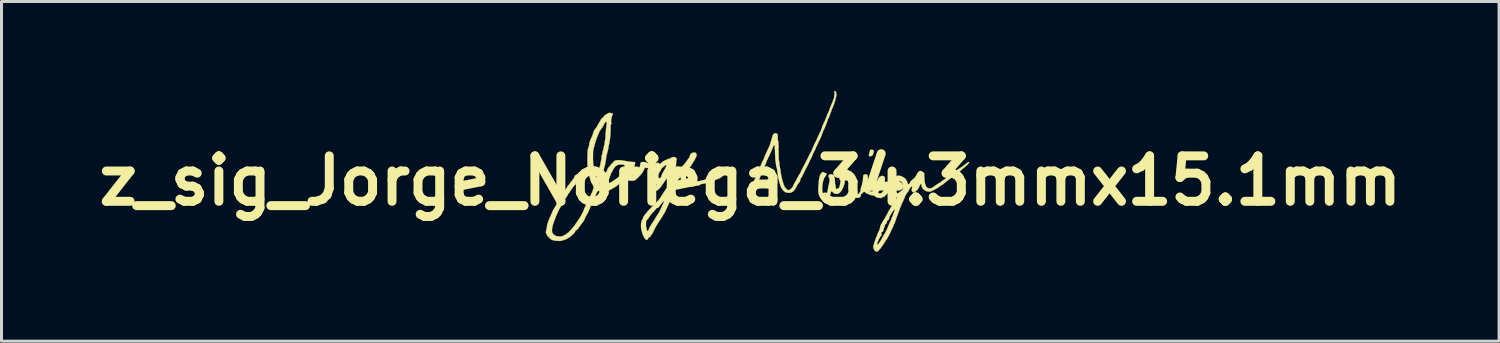
<source format=kicad_pcb>
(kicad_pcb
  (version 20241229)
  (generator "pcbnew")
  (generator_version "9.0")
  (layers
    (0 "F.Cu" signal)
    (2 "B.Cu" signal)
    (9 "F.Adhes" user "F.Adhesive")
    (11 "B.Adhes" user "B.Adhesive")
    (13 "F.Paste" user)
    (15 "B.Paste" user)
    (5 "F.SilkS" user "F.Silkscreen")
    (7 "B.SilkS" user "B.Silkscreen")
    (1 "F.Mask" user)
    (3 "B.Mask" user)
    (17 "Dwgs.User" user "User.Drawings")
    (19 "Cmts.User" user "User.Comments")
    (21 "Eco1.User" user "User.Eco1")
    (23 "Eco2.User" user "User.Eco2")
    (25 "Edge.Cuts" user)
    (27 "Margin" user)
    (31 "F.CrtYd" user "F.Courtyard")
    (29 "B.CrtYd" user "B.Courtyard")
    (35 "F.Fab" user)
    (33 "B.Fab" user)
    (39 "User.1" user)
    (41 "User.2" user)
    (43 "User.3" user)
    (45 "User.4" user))
  (footprint "z_sig_Jorge_Noriega_34.3mmx15.1mm"
    (layer "F.Cu")
    (at 22.105 3.01)
    (property "Reference" "z_sig_Jorge_Noriega_34.3mmx15.1mm" (at 0 0 0) (layer "F.SilkS") (effects (font (size 1.524 1.524) (thickness 0.3))))
    (attr through_hole)
    (fp_poly (pts (xy 4.102 -1.036) (xy 4.124 -1.025) (xy 4.136 -1.006) (xy 4.138 -0.978) (xy 4.13 -0.939) (xy 4.121 -0.909) (xy 4.107 -0.873) (xy 4.092 -0.848) (xy 4.074 -0.833) (xy 4.05 -0.826) (xy 4.031 -0.823) (xy 4.007 -0.822) (xy 3.994 -0.824) (xy 3.986 -0.83) (xy 3.98 -0.84) (xy 3.976 -0.853) (xy 3.976 -0.866) (xy 3.98 -0.885) (xy 3.99 -0.913) (xy 3.991 -0.918) (xy 4.001 -0.948) (xy 4.008 -0.976) (xy 4.012 -0.996) (xy 4.012 -0.999) (xy 4.016 -1.021) (xy 4.03 -1.034) (xy 4.055 -1.039) (xy 4.069 -1.04) (xy 4.102 -1.036)) (stroke (width 0.01) (type solid)) (fill yes) (layer "F.SilkS"))
    (fp_poly (pts (xy 2.839 -3.005) (xy 2.86 -2.996) (xy 2.873 -2.976) (xy 2.876 -2.957) (xy 2.879 -2.934) (xy 2.884 -2.918) (xy 2.887 -2.896) (xy 2.885 -2.865) (xy 2.879 -2.827) (xy 2.87 -2.786) (xy 2.869 -2.783) (xy 2.862 -2.756) (xy 2.855 -2.726) (xy 2.853 -2.716) (xy 2.845 -2.687) (xy 2.835 -2.659) (xy 2.831 -2.651) (xy 2.821 -2.626) (xy 2.817 -2.602) (xy 2.816 -2.598) (xy 2.813 -2.576) (xy 2.805 -2.558) (xy 2.797 -2.541) (xy 2.787 -2.518) (xy 2.782 -2.505) (xy 2.773 -2.48) (xy 2.759 -2.448) (xy 2.745 -2.418) (xy 2.732 -2.391) (xy 2.723 -2.368) (xy 2.719 -2.353) (xy 2.719 -2.352) (xy 2.716 -2.334) (xy 2.708 -2.317) (xy 2.7 -2.299) (xy 2.69 -2.273) (xy 2.682 -2.252) (xy 2.666 -2.204) (xy 2.653 -2.167) (xy 2.643 -2.141) (xy 2.635 -2.122) (xy 2.628 -2.11) (xy 2.623 -2.103) (xy 2.613 -2.087) (xy 2.603 -2.063) (xy 2.6 -2.054) (xy 2.589 -2.019) (xy 2.577 -1.982) (xy 2.565 -1.945) (xy 2.554 -1.915) (xy 2.545 -1.893) (xy 2.543 -1.889) (xy 2.535 -1.872) (xy 2.526 -1.846) (xy 2.517 -1.822) (xy 2.507 -1.796) (xy 2.497 -1.774) (xy 2.49 -1.762) (xy 2.482 -1.748) (xy 2.48 -1.741) (xy 2.476 -1.729) (xy 2.466 -1.713) (xy 2.465 -1.713) (xy 2.455 -1.695) (xy 2.444 -1.669) (xy 2.438 -1.652) (xy 2.431 -1.628) (xy 2.424 -1.609) (xy 2.42 -1.602) (xy 2.414 -1.591) (xy 2.407 -1.571) (xy 2.402 -1.557) (xy 2.394 -1.533) (xy 2.386 -1.512) (xy 2.383 -1.505) (xy 2.377 -1.49) (xy 2.368 -1.467) (xy 2.361 -1.449) (xy 2.342 -1.404) (xy 2.328 -1.372) (xy 2.316 -1.351) (xy 2.307 -1.341) (xy 2.305 -1.34) (xy 2.296 -1.33) (xy 2.293 -1.312) (xy 2.289 -1.291) (xy 2.277 -1.265) (xy 2.271 -1.256) (xy 2.258 -1.235) (xy 2.25 -1.217) (xy 2.249 -1.211) (xy 2.245 -1.198) (xy 2.235 -1.179) (xy 2.223 -1.159) (xy 2.208 -1.133) (xy 2.196 -1.107) (xy 2.192 -1.092) (xy 2.182 -1.056) (xy 2.166 -1.027) (xy 2.156 -1.016) (xy 2.146 -1.003) (xy 2.144 -0.995) (xy 2.141 -0.981) (xy 2.133 -0.961) (xy 2.122 -0.939) (xy 2.112 -0.922) (xy 2.106 -0.915) (xy 2.1 -0.904) (xy 2.099 -0.899) (xy 2.096 -0.887) (xy 2.089 -0.866) (xy 2.082 -0.849) (xy 2.071 -0.824) (xy 2.062 -0.802) (xy 2.058 -0.792) (xy 2.051 -0.776) (xy 2.039 -0.753) (xy 2.025 -0.728) (xy 2.007 -0.696) (xy 1.989 -0.659) (xy 1.978 -0.635) (xy 1.964 -0.601) (xy 1.946 -0.564) (xy 1.935 -0.542) (xy 1.918 -0.51) (xy 1.898 -0.472) (xy 1.876 -0.429) (xy 1.853 -0.383) (xy 1.829 -0.336) (xy 1.807 -0.291) (xy 1.786 -0.249) (xy 1.768 -0.212) (xy 1.754 -0.182) (xy 1.744 -0.162) (xy 1.741 -0.152) (xy 1.741 -0.152) (xy 1.736 -0.141) (xy 1.725 -0.125) (xy 1.721 -0.12) (xy 1.698 -0.087) (xy 1.681 -0.054) (xy 1.674 -0.026) (xy 1.673 -0.02) (xy 1.67 0.001) (xy 1.66 0.025) (xy 1.642 0.053) (xy 1.615 0.086) (xy 1.595 0.111) (xy 1.579 0.137) (xy 1.57 0.157) (xy 1.57 0.157) (xy 1.561 0.178) (xy 1.552 0.193) (xy 1.55 0.194) (xy 1.541 0.207) (xy 1.533 0.227) (xy 1.532 0.231) (xy 1.522 0.251) (xy 1.505 0.277) (xy 1.484 0.306) (xy 1.46 0.333) (xy 1.438 0.356) (xy 1.42 0.369) (xy 1.419 0.37) (xy 1.381 0.388) (xy 1.351 0.399) (xy 1.323 0.404) (xy 1.292 0.405) (xy 1.254 0.402) (xy 1.247 0.401) (xy 1.214 0.395) (xy 1.188 0.386) (xy 1.162 0.372) (xy 1.133 0.349) (xy 1.119 0.337) (xy 1.085 0.3) (xy 1.054 0.255) (xy 1.026 0.198) (xy 1 0.129) (xy 0.983 0.072) (xy 0.966 0.011) (xy 0.953 -0.039) (xy 0.943 -0.083) (xy 0.934 -0.125) (xy 0.927 -0.169) (xy 0.92 -0.218) (xy 0.919 -0.228) (xy 0.911 -0.29) (xy 0.904 -0.339) (xy 0.899 -0.376) (xy 0.895 -0.403) (xy 0.892 -0.423) (xy 0.889 -0.435) (xy 0.887 -0.443) (xy 0.885 -0.448) (xy 0.883 -0.45) (xy 0.878 -0.462) (xy 0.873 -0.484) (xy 0.868 -0.512) (xy 0.868 -0.515) (xy 0.863 -0.548) (xy 0.858 -0.588) (xy 0.852 -0.631) (xy 0.848 -0.654) (xy 0.844 -0.691) (xy 0.84 -0.738) (xy 0.836 -0.79) (xy 0.834 -0.842) (xy 0.833 -0.863) (xy 0.83 -0.951) (xy 0.828 -1.025) (xy 0.825 -1.085) (xy 0.823 -1.131) (xy 0.821 -1.163) (xy 0.819 -1.182) (xy 0.818 -1.189) (xy 0.807 -1.194) (xy 0.8 -1.195) (xy 0.791 -1.191) (xy 0.781 -1.179) (xy 0.77 -1.156) (xy 0.755 -1.122) (xy 0.738 -1.074) (xy 0.736 -1.068) (xy 0.722 -1.033) (xy 0.704 -0.993) (xy 0.687 -0.956) (xy 0.686 -0.955) (xy 0.673 -0.927) (xy 0.663 -0.904) (xy 0.658 -0.89) (xy 0.657 -0.887) (xy 0.654 -0.876) (xy 0.645 -0.856) (xy 0.632 -0.829) (xy 0.623 -0.814) (xy 0.603 -0.775) (xy 0.583 -0.736) (xy 0.566 -0.7) (xy 0.551 -0.669) (xy 0.542 -0.645) (xy 0.538 -0.632) (xy 0.538 -0.631) (xy 0.535 -0.617) (xy 0.526 -0.594) (xy 0.515 -0.566) (xy 0.502 -0.539) (xy 0.49 -0.516) (xy 0.482 -0.504) (xy 0.469 -0.482) (xy 0.461 -0.458) (xy 0.461 -0.457) (xy 0.452 -0.433) (xy 0.441 -0.413) (xy 0.43 -0.392) (xy 0.426 -0.371) (xy 0.422 -0.346) (xy 0.414 -0.314) (xy 0.402 -0.282) (xy 0.389 -0.256) (xy 0.387 -0.253) (xy 0.377 -0.232) (xy 0.37 -0.211) (xy 0.364 -0.192) (xy 0.355 -0.179) (xy 0.346 -0.166) (xy 0.34 -0.147) (xy 0.334 -0.13) (xy 0.323 -0.104) (xy 0.308 -0.074) (xy 0.302 -0.061) (xy 0.287 -0.033) (xy 0.276 -0.009) (xy 0.27 0.007) (xy 0.269 0.01) (xy 0.266 0.021) (xy 0.259 0.042) (xy 0.249 0.069) (xy 0.242 0.086) (xy 0.227 0.126) (xy 0.21 0.171) (xy 0.194 0.214) (xy 0.191 0.224) (xy 0.174 0.271) (xy 0.159 0.307) (xy 0.145 0.336) (xy 0.129 0.361) (xy 0.12 0.374) (xy 0.105 0.394) (xy 0.088 0.422) (xy 0.075 0.442) (xy 0.057 0.47) (xy 0.044 0.485) (xy 0.032 0.488) (xy 0.021 0.482) (xy 0.015 0.477) (xy -0.006 0.464) (xy -0.028 0.459) (xy -0.05 0.458) (xy -0.063 0.455) (xy -0.07 0.449) (xy -0.077 0.436) (xy -0.077 0.435) (xy -0.084 0.41) (xy -0.077 0.39) (xy -0.058 0.377) (xy -0.036 0.374) (xy -0.018 0.369) (xy -0.006 0.354) (xy -0.006 0.353) (xy 0.004 0.333) (xy 0.018 0.31) (xy 0.021 0.305) (xy 0.034 0.277) (xy 0.043 0.238) (xy 0.046 0.223) (xy 0.053 0.19) (xy 0.062 0.157) (xy 0.072 0.135) (xy 0.082 0.114) (xy 0.088 0.099) (xy 0.09 0.095) (xy 0.093 0.085) (xy 0.101 0.066) (xy 0.112 0.041) (xy 0.115 0.035) (xy 0.131 0.001) (xy 0.148 -0.039) (xy 0.163 -0.077) (xy 0.165 -0.082) (xy 0.175 -0.108) (xy 0.186 -0.135) (xy 0.199 -0.165) (xy 0.215 -0.202) (xy 0.236 -0.246) (xy 0.262 -0.301) (xy 0.277 -0.332) (xy 0.286 -0.353) (xy 0.291 -0.368) (xy 0.291 -0.372) (xy 0.296 -0.384) (xy 0.305 -0.395) (xy 0.313 -0.408) (xy 0.324 -0.431) (xy 0.335 -0.46) (xy 0.34 -0.475) (xy 0.351 -0.507) (xy 0.362 -0.535) (xy 0.372 -0.556) (xy 0.375 -0.561) (xy 0.385 -0.58) (xy 0.389 -0.595) (xy 0.392 -0.608) (xy 0.402 -0.629) (xy 0.415 -0.655) (xy 0.421 -0.665) (xy 0.442 -0.704) (xy 0.457 -0.735) (xy 0.467 -0.761) (xy 0.474 -0.786) (xy 0.475 -0.792) (xy 0.482 -0.814) (xy 0.494 -0.84) (xy 0.501 -0.852) (xy 0.514 -0.874) (xy 0.521 -0.892) (xy 0.523 -0.9) (xy 0.526 -0.914) (xy 0.535 -0.935) (xy 0.541 -0.948) (xy 0.553 -0.971) (xy 0.568 -1.002) (xy 0.584 -1.035) (xy 0.589 -1.046) (xy 0.604 -1.079) (xy 0.62 -1.113) (xy 0.632 -1.14) (xy 0.635 -1.147) (xy 0.652 -1.186) (xy 0.666 -1.223) (xy 0.676 -1.253) (xy 0.68 -1.274) (xy 0.68 -1.275) (xy 0.683 -1.292) (xy 0.69 -1.315) (xy 0.694 -1.324) (xy 0.704 -1.35) (xy 0.714 -1.381) (xy 0.719 -1.401) (xy 0.727 -1.43) (xy 0.737 -1.464) (xy 0.748 -1.499) (xy 0.759 -1.529) (xy 0.768 -1.551) (xy 0.769 -1.554) (xy 0.787 -1.574) (xy 0.813 -1.588) (xy 0.844 -1.592) (xy 0.873 -1.588) (xy 0.881 -1.584) (xy 0.896 -1.575) (xy 0.907 -1.565) (xy 0.913 -1.551) (xy 0.917 -1.531) (xy 0.919 -1.501) (xy 0.919 -1.461) (xy 0.92 -1.412) (xy 0.922 -1.376) (xy 0.927 -1.351) (xy 0.93 -1.342) (xy 0.936 -1.321) (xy 0.94 -1.289) (xy 0.944 -1.251) (xy 0.944 -1.239) (xy 0.946 -1.205) (xy 0.948 -1.177) (xy 0.95 -1.157) (xy 0.952 -1.15) (xy 0.952 -1.136) (xy 0.947 -1.116) (xy 0.946 -1.114) (xy 0.94 -1.084) (xy 0.942 -1.062) (xy 0.944 -1.046) (xy 0.946 -1.018) (xy 0.948 -0.981) (xy 0.948 -0.937) (xy 0.949 -0.889) (xy 0.949 -0.883) (xy 0.949 -0.826) (xy 0.95 -0.777) (xy 0.952 -0.738) (xy 0.955 -0.71) (xy 0.957 -0.7) (xy 0.963 -0.672) (xy 0.968 -0.643) (xy 0.968 -0.639) (xy 0.973 -0.588) (xy 0.98 -0.534) (xy 0.987 -0.482) (xy 0.996 -0.438) (xy 0.997 -0.43) (xy 1.003 -0.4) (xy 1.01 -0.361) (xy 1.016 -0.319) (xy 1.02 -0.291) (xy 1.026 -0.25) (xy 1.032 -0.209) (xy 1.039 -0.172) (xy 1.043 -0.153) (xy 1.051 -0.117) (xy 1.059 -0.078) (xy 1.065 -0.052) (xy 1.071 -0.027) (xy 1.081 0.007) (xy 1.094 0.047) (xy 1.108 0.089) (xy 1.122 0.129) (xy 1.135 0.165) (xy 1.146 0.192) (xy 1.15 0.202) (xy 1.16 0.216) (xy 1.177 0.236) (xy 1.198 0.26) (xy 1.205 0.267) (xy 1.228 0.29) (xy 1.244 0.304) (xy 1.257 0.311) (xy 1.272 0.313) (xy 1.285 0.313) (xy 1.302 0.312) (xy 1.316 0.308) (xy 1.331 0.299) (xy 1.351 0.283) (xy 1.368 0.267) (xy 1.393 0.242) (xy 1.412 0.22) (xy 1.428 0.195) (xy 1.443 0.163) (xy 1.449 0.149) (xy 1.466 0.114) (xy 1.484 0.078) (xy 1.501 0.048) (xy 1.508 0.037) (xy 1.526 0.008) (xy 1.544 -0.023) (xy 1.553 -0.041) (xy 1.567 -0.069) (xy 1.585 -0.101) (xy 1.595 -0.12) (xy 1.609 -0.144) (xy 1.62 -0.167) (xy 1.625 -0.179) (xy 1.634 -0.198) (xy 1.647 -0.217) (xy 1.666 -0.241) (xy 1.684 -0.272) (xy 1.699 -0.303) (xy 1.707 -0.325) (xy 1.714 -0.343) (xy 1.726 -0.368) (xy 1.737 -0.386) (xy 1.751 -0.408) (xy 1.76 -0.426) (xy 1.763 -0.435) (xy 1.767 -0.447) (xy 1.777 -0.466) (xy 1.786 -0.481) (xy 1.798 -0.503) (xy 1.815 -0.533) (xy 1.834 -0.569) (xy 1.85 -0.6) (xy 1.867 -0.635) (xy 1.883 -0.668) (xy 1.897 -0.694) (xy 1.905 -0.71) (xy 1.913 -0.726) (xy 1.926 -0.753) (xy 1.943 -0.786) (xy 1.96 -0.822) (xy 1.962 -0.826) (xy 1.98 -0.862) (xy 1.998 -0.895) (xy 2.013 -0.923) (xy 2.024 -0.94) (xy 2.025 -0.941) (xy 2.039 -0.964) (xy 2.048 -0.988) (xy 2.049 -0.992) (xy 2.058 -1.016) (xy 2.069 -1.036) (xy 2.08 -1.055) (xy 2.084 -1.073) (xy 2.088 -1.091) (xy 2.099 -1.112) (xy 2.103 -1.119) (xy 2.114 -1.138) (xy 2.121 -1.153) (xy 2.122 -1.156) (xy 2.125 -1.167) (xy 2.133 -1.187) (xy 2.146 -1.214) (xy 2.16 -1.245) (xy 2.176 -1.276) (xy 2.19 -1.304) (xy 2.194 -1.311) (xy 2.214 -1.348) (xy 2.227 -1.377) (xy 2.233 -1.394) (xy 2.234 -1.397) (xy 2.237 -1.407) (xy 2.246 -1.427) (xy 2.259 -1.455) (xy 2.275 -1.489) (xy 2.279 -1.496) (xy 2.295 -1.53) (xy 2.309 -1.559) (xy 2.319 -1.581) (xy 2.323 -1.594) (xy 2.323 -1.595) (xy 2.328 -1.606) (xy 2.337 -1.617) (xy 2.347 -1.63) (xy 2.358 -1.653) (xy 2.368 -1.681) (xy 2.369 -1.683) (xy 2.378 -1.712) (xy 2.388 -1.736) (xy 2.395 -1.751) (xy 2.396 -1.752) (xy 2.403 -1.771) (xy 2.406 -1.786) (xy 2.41 -1.811) (xy 2.421 -1.842) (xy 2.436 -1.872) (xy 2.444 -1.884) (xy 2.454 -1.901) (xy 2.458 -1.914) (xy 2.458 -1.914) (xy 2.461 -1.925) (xy 2.47 -1.946) (xy 2.482 -1.972) (xy 2.488 -1.983) (xy 2.501 -2.009) (xy 2.512 -2.032) (xy 2.517 -2.045) (xy 2.518 -2.048) (xy 2.521 -2.057) (xy 2.529 -2.077) (xy 2.54 -2.103) (xy 2.544 -2.112) (xy 2.558 -2.143) (xy 2.569 -2.174) (xy 2.576 -2.199) (xy 2.577 -2.202) (xy 2.582 -2.223) (xy 2.588 -2.238) (xy 2.59 -2.24) (xy 2.597 -2.25) (xy 2.608 -2.268) (xy 2.62 -2.292) (xy 2.631 -2.317) (xy 2.64 -2.339) (xy 2.644 -2.353) (xy 2.645 -2.354) (xy 2.647 -2.364) (xy 2.653 -2.383) (xy 2.665 -2.412) (xy 2.681 -2.452) (xy 2.702 -2.5) (xy 2.709 -2.518) (xy 2.712 -2.529) (xy 2.712 -2.529) (xy 2.715 -2.539) (xy 2.723 -2.558) (xy 2.733 -2.582) (xy 2.745 -2.607) (xy 2.756 -2.63) (xy 2.761 -2.638) (xy 2.769 -2.661) (xy 2.772 -2.68) (xy 2.776 -2.703) (xy 2.786 -2.72) (xy 2.797 -2.737) (xy 2.804 -2.755) (xy 2.809 -2.779) (xy 2.812 -2.811) (xy 2.816 -2.837) (xy 2.82 -2.859) (xy 2.824 -2.869) (xy 2.83 -2.89) (xy 2.831 -2.917) (xy 2.828 -2.944) (xy 2.821 -2.964) (xy 2.819 -2.968) (xy 2.811 -2.984) (xy 2.816 -2.998) (xy 2.831 -3.005) (xy 2.839 -3.005)) (stroke (width 0.01) (type solid)) (fill yes) (layer "F.SilkS"))
    (fp_poly (pts (xy 7.337 -0.624) (xy 7.34 -0.613) (xy 7.331 -0.599) (xy 7.322 -0.591) (xy 7.307 -0.576) (xy 7.299 -0.563) (xy 7.299 -0.56) (xy 7.293 -0.55) (xy 7.279 -0.534) (xy 7.261 -0.52) (xy 7.24 -0.503) (xy 7.222 -0.487) (xy 7.214 -0.479) (xy 7.204 -0.468) (xy 7.185 -0.453) (xy 7.164 -0.437) (xy 7.142 -0.419) (xy 7.113 -0.394) (xy 7.082 -0.366) (xy 7.063 -0.347) (xy 7.028 -0.316) (xy 6.994 -0.288) (xy 6.964 -0.268) (xy 6.958 -0.265) (xy 6.927 -0.246) (xy 6.895 -0.223) (xy 6.877 -0.207) (xy 6.857 -0.189) (xy 6.841 -0.176) (xy 6.832 -0.172) (xy 6.823 -0.167) (xy 6.807 -0.154) (xy 6.791 -0.141) (xy 6.765 -0.119) (xy 6.735 -0.096) (xy 6.72 -0.085) (xy 6.696 -0.068) (xy 6.666 -0.045) (xy 6.636 -0.022) (xy 6.63 -0.018) (xy 6.601 0.005) (xy 6.57 0.029) (xy 6.544 0.049) (xy 6.54 0.052) (xy 6.517 0.071) (xy 6.496 0.089) (xy 6.485 0.1) (xy 6.471 0.113) (xy 6.46 0.12) (xy 6.459 0.12) (xy 6.448 0.124) (xy 6.428 0.137) (xy 6.4 0.156) (xy 6.365 0.18) (xy 6.327 0.208) (xy 6.312 0.219) (xy 6.288 0.235) (xy 6.255 0.255) (xy 6.215 0.277) (xy 6.172 0.299) (xy 6.148 0.311) (xy 6.032 0.367) (xy 5.974 0.362) (xy 5.94 0.358) (xy 5.913 0.351) (xy 5.886 0.339) (xy 5.865 0.328) (xy 5.823 0.3) (xy 5.793 0.27) (xy 5.77 0.235) (xy 5.766 0.224) (xy 5.751 0.189) (xy 5.742 0.164) (xy 5.739 0.147) (xy 5.74 0.137) (xy 5.74 0.121) (xy 5.729 0.108) (xy 5.718 0.105) (xy 5.709 0.111) (xy 5.696 0.13) (xy 5.681 0.159) (xy 5.664 0.195) (xy 5.656 0.215) (xy 5.631 0.265) (xy 5.601 0.308) (xy 5.566 0.339) (xy 5.559 0.344) (xy 5.538 0.359) (xy 5.521 0.374) (xy 5.515 0.381) (xy 5.502 0.393) (xy 5.49 0.396) (xy 5.469 0.39) (xy 5.446 0.374) (xy 5.426 0.353) (xy 5.419 0.342) (xy 5.414 0.33) (xy 5.412 0.317) (xy 5.413 0.299) (xy 5.419 0.273) (xy 5.421 0.265) (xy 5.427 0.234) (xy 5.429 0.215) (xy 5.428 0.204) (xy 5.425 0.2) (xy 5.415 0.195) (xy 5.401 0.199) (xy 5.396 0.202) (xy 5.381 0.215) (xy 5.363 0.238) (xy 5.344 0.267) (xy 5.326 0.299) (xy 5.311 0.329) (xy 5.307 0.341) (xy 5.294 0.364) (xy 5.278 0.384) (xy 5.274 0.388) (xy 5.255 0.406) (xy 5.239 0.428) (xy 5.239 0.429) (xy 5.228 0.449) (xy 5.214 0.475) (xy 5.201 0.499) (xy 5.189 0.524) (xy 5.18 0.546) (xy 5.177 0.558) (xy 5.173 0.574) (xy 5.164 0.593) (xy 5.164 0.594) (xy 5.154 0.612) (xy 5.142 0.639) (xy 5.129 0.668) (xy 5.129 0.669) (xy 5.117 0.696) (xy 5.107 0.718) (xy 5.1 0.731) (xy 5.099 0.732) (xy 5.092 0.745) (xy 5.082 0.766) (xy 5.074 0.788) (xy 5.062 0.819) (xy 5.049 0.85) (xy 5.041 0.867) (xy 5.025 0.904) (xy 5.006 0.955) (xy 4.984 1.02) (xy 4.979 1.035) (xy 4.971 1.059) (xy 4.962 1.079) (xy 4.959 1.086) (xy 4.953 1.101) (xy 4.945 1.124) (xy 4.94 1.138) (xy 4.929 1.169) (xy 4.916 1.202) (xy 4.911 1.212) (xy 4.901 1.235) (xy 4.894 1.255) (xy 4.893 1.263) (xy 4.89 1.281) (xy 4.882 1.302) (xy 4.882 1.302) (xy 4.875 1.321) (xy 4.865 1.348) (xy 4.854 1.379) (xy 4.852 1.384) (xy 4.841 1.416) (xy 4.828 1.446) (xy 4.816 1.468) (xy 4.815 1.47) (xy 4.803 1.491) (xy 4.797 1.509) (xy 4.796 1.513) (xy 4.793 1.527) (xy 4.783 1.55) (xy 4.771 1.577) (xy 4.756 1.605) (xy 4.742 1.628) (xy 4.74 1.631) (xy 4.731 1.647) (xy 4.729 1.656) (xy 4.726 1.667) (xy 4.717 1.689) (xy 4.703 1.718) (xy 4.687 1.752) (xy 4.67 1.788) (xy 4.652 1.822) (xy 4.636 1.853) (xy 4.622 1.877) (xy 4.613 1.892) (xy 4.612 1.893) (xy 4.6 1.909) (xy 4.595 1.922) (xy 4.594 1.923) (xy 4.59 1.934) (xy 4.579 1.952) (xy 4.57 1.966) (xy 4.554 1.989) (xy 4.534 2.018) (xy 4.515 2.049) (xy 4.514 2.051) (xy 4.488 2.093) (xy 4.462 2.132) (xy 4.438 2.165) (xy 4.419 2.189) (xy 4.416 2.193) (xy 4.403 2.21) (xy 4.391 2.231) (xy 4.389 2.234) (xy 4.375 2.257) (xy 4.357 2.278) (xy 4.356 2.279) (xy 4.337 2.299) (xy 4.318 2.319) (xy 4.317 2.32) (xy 4.288 2.35) (xy 4.264 2.368) (xy 4.241 2.374) (xy 4.218 2.372) (xy 4.209 2.368) (xy 4.187 2.353) (xy 4.165 2.327) (xy 4.145 2.295) (xy 4.131 2.26) (xy 4.124 2.228) (xy 4.124 2.221) (xy 4.126 2.201) (xy 4.132 2.173) (xy 4.141 2.142) (xy 4.142 2.142) (xy 4.151 2.112) (xy 4.252 2.112) (xy 4.253 2.131) (xy 4.26 2.139) (xy 4.274 2.14) (xy 4.288 2.131) (xy 4.304 2.111) (xy 4.309 2.104) (xy 4.325 2.08) (xy 4.345 2.052) (xy 4.358 2.034) (xy 4.372 2.011) (xy 4.39 1.98) (xy 4.411 1.943) (xy 4.43 1.905) (xy 4.432 1.903) (xy 4.451 1.866) (xy 4.47 1.832) (xy 4.488 1.804) (xy 4.501 1.785) (xy 4.502 1.784) (xy 4.517 1.765) (xy 4.526 1.748) (xy 4.527 1.742) (xy 4.531 1.728) (xy 4.542 1.709) (xy 4.546 1.703) (xy 4.558 1.684) (xy 4.564 1.669) (xy 4.565 1.665) (xy 4.569 1.651) (xy 4.579 1.634) (xy 4.59 1.619) (xy 4.594 1.608) (xy 4.594 1.608) (xy 4.597 1.598) (xy 4.605 1.578) (xy 4.617 1.549) (xy 4.631 1.514) (xy 4.647 1.476) (xy 4.663 1.438) (xy 4.679 1.403) (xy 4.693 1.372) (xy 4.704 1.348) (xy 4.706 1.345) (xy 4.719 1.314) (xy 4.733 1.278) (xy 4.74 1.255) (xy 4.749 1.228) (xy 4.759 1.204) (xy 4.768 1.191) (xy 4.778 1.176) (xy 4.781 1.165) (xy 4.784 1.151) (xy 4.792 1.127) (xy 4.803 1.095) (xy 4.817 1.061) (xy 4.821 1.052) (xy 4.829 1.029) (xy 4.833 1.008) (xy 4.833 1.005) (xy 4.836 0.99) (xy 4.841 0.982) (xy 4.847 0.973) (xy 4.848 0.958) (xy 4.846 0.945) (xy 4.841 0.941) (xy 4.833 0.948) (xy 4.824 0.963) (xy 4.822 0.966) (xy 4.81 0.987) (xy 4.795 1.003) (xy 4.794 1.003) (xy 4.783 1.015) (xy 4.767 1.036) (xy 4.751 1.064) (xy 4.744 1.077) (xy 4.728 1.107) (xy 4.713 1.134) (xy 4.702 1.153) (xy 4.699 1.158) (xy 4.676 1.193) (xy 4.662 1.223) (xy 4.656 1.245) (xy 4.657 1.251) (xy 4.655 1.269) (xy 4.644 1.292) (xy 4.628 1.316) (xy 4.608 1.334) (xy 4.603 1.338) (xy 4.587 1.35) (xy 4.58 1.366) (xy 4.579 1.38) (xy 4.575 1.402) (xy 4.564 1.426) (xy 4.549 1.447) (xy 4.532 1.461) (xy 4.522 1.464) (xy 4.514 1.469) (xy 4.515 1.475) (xy 4.514 1.487) (xy 4.509 1.508) (xy 4.5 1.537) (xy 4.494 1.555) (xy 4.482 1.587) (xy 4.472 1.617) (xy 4.465 1.639) (xy 4.464 1.647) (xy 4.455 1.681) (xy 4.444 1.702) (xy 4.43 1.711) (xy 4.427 1.711) (xy 4.409 1.717) (xy 4.398 1.736) (xy 4.395 1.767) (xy 4.396 1.785) (xy 4.399 1.809) (xy 4.397 1.825) (xy 4.389 1.839) (xy 4.374 1.858) (xy 4.372 1.86) (xy 4.355 1.882) (xy 4.342 1.902) (xy 4.337 1.912) (xy 4.329 1.931) (xy 4.316 1.953) (xy 4.313 1.957) (xy 4.302 1.976) (xy 4.296 1.992) (xy 4.296 1.995) (xy 4.292 2.007) (xy 4.284 2.027) (xy 4.273 2.051) (xy 4.259 2.085) (xy 4.252 2.112) (xy 4.151 2.112) (xy 4.152 2.11) (xy 4.162 2.078) (xy 4.169 2.054) (xy 4.177 2.028) (xy 4.188 1.997) (xy 4.196 1.976) (xy 4.205 1.952) (xy 4.211 1.933) (xy 4.213 1.925) (xy 4.217 1.915) (xy 4.224 1.897) (xy 4.231 1.884) (xy 4.242 1.859) (xy 4.251 1.835) (xy 4.253 1.827) (xy 4.259 1.808) (xy 4.269 1.78) (xy 4.282 1.75) (xy 4.296 1.722) (xy 4.302 1.711) (xy 4.321 1.673) (xy 4.334 1.641) (xy 4.344 1.607) (xy 4.345 1.602) (xy 4.355 1.556) (xy 4.363 1.522) (xy 4.371 1.497) (xy 4.379 1.479) (xy 4.388 1.464) (xy 4.394 1.455) (xy 4.407 1.437) (xy 4.414 1.422) (xy 4.415 1.418) (xy 4.419 1.408) (xy 4.429 1.388) (xy 4.444 1.363) (xy 4.461 1.336) (xy 4.478 1.31) (xy 4.493 1.288) (xy 4.496 1.285) (xy 4.506 1.27) (xy 4.52 1.246) (xy 4.535 1.217) (xy 4.541 1.205) (xy 4.555 1.178) (xy 4.568 1.155) (xy 4.577 1.142) (xy 4.579 1.139) (xy 4.584 1.134) (xy 4.592 1.121) (xy 4.602 1.1) (xy 4.617 1.067) (xy 4.637 1.024) (xy 4.649 1.001) (xy 4.665 0.976) (xy 4.67 0.97) (xy 4.683 0.953) (xy 4.69 0.94) (xy 4.692 0.937) (xy 4.696 0.929) (xy 4.706 0.911) (xy 4.721 0.888) (xy 4.728 0.878) (xy 4.747 0.849) (xy 4.766 0.819) (xy 4.779 0.795) (xy 4.781 0.792) (xy 4.796 0.767) (xy 4.815 0.739) (xy 4.828 0.722) (xy 4.848 0.695) (xy 4.868 0.664) (xy 4.876 0.647) (xy 4.889 0.622) (xy 4.903 0.6) (xy 4.909 0.591) (xy 4.921 0.569) (xy 4.921 0.552) (xy 4.908 0.542) (xy 4.906 0.541) (xy 4.857 0.521) (xy 4.82 0.494) (xy 4.804 0.475) (xy 4.795 0.462) (xy 4.79 0.45) (xy 4.786 0.436) (xy 4.784 0.416) (xy 4.782 0.389) (xy 4.782 0.35) (xy 4.782 0.344) (xy 4.781 0.298) (xy 4.779 0.265) (xy 4.777 0.257) (xy 4.877 0.257) (xy 4.879 0.284) (xy 4.886 0.338) (xy 4.895 0.378) (xy 4.905 0.405) (xy 4.919 0.42) (xy 4.936 0.423) (xy 4.959 0.416) (xy 4.988 0.399) (xy 5.004 0.387) (xy 5.052 0.35) (xy 5.086 0.317) (xy 5.106 0.289) (xy 5.11 0.28) (xy 5.113 0.262) (xy 5.114 0.233) (xy 5.115 0.197) (xy 5.113 0.16) (xy 5.111 0.125) (xy 5.107 0.097) (xy 5.104 0.082) (xy 5.095 0.067) (xy 5.079 0.049) (xy 5.061 0.031) (xy 5.043 0.016) (xy 5.03 0.008) (xy 5.027 0.007) (xy 5.018 0.012) (xy 5.002 0.025) (xy 4.99 0.035) (xy 4.97 0.054) (xy 4.953 0.07) (xy 4.946 0.077) (xy 4.935 0.092) (xy 4.932 0.116) (xy 4.932 0.12) (xy 4.928 0.149) (xy 4.918 0.166) (xy 4.894 0.197) (xy 4.881 0.226) (xy 4.877 0.257) (xy 4.777 0.257) (xy 4.775 0.243) (xy 4.769 0.23) (xy 4.761 0.225) (xy 4.755 0.224) (xy 4.742 0.231) (xy 4.726 0.248) (xy 4.709 0.273) (xy 4.702 0.287) (xy 4.688 0.309) (xy 4.671 0.328) (xy 4.668 0.331) (xy 4.65 0.349) (xy 4.638 0.369) (xy 4.616 0.41) (xy 4.584 0.445) (xy 4.563 0.46) (xy 4.543 0.477) (xy 4.526 0.496) (xy 4.524 0.5) (xy 4.502 0.525) (xy 4.469 0.542) (xy 4.447 0.548) (xy 4.423 0.556) (xy 4.401 0.569) (xy 4.4 0.569) (xy 4.386 0.578) (xy 4.372 0.582) (xy 4.354 0.58) (xy 4.34 0.577) (xy 4.313 0.571) (xy 4.289 0.568) (xy 4.281 0.568) (xy 4.254 0.562) (xy 4.22 0.545) (xy 4.179 0.517) (xy 4.173 0.512) (xy 4.155 0.5) (xy 4.138 0.493) (xy 4.117 0.488) (xy 4.085 0.485) (xy 4.083 0.485) (xy 4.044 0.481) (xy 4.017 0.475) (xy 4 0.466) (xy 3.98 0.455) (xy 3.953 0.444) (xy 3.938 0.438) (xy 3.899 0.42) (xy 3.865 0.396) (xy 3.84 0.375) (xy 3.819 0.368) (xy 3.8 0.373) (xy 3.78 0.392) (xy 3.771 0.404) (xy 3.754 0.423) (xy 3.74 0.437) (xy 3.732 0.441) (xy 3.717 0.447) (xy 3.707 0.463) (xy 3.704 0.481) (xy 3.705 0.489) (xy 3.709 0.501) (xy 3.707 0.511) (xy 3.697 0.523) (xy 3.679 0.54) (xy 3.669 0.548) (xy 3.636 0.576) (xy 3.568 0.571) (xy 3.5 0.561) (xy 3.44 0.541) (xy 3.392 0.513) (xy 3.354 0.477) (xy 3.328 0.434) (xy 3.317 0.391) (xy 3.311 0.359) (xy 3.304 0.322) (xy 3.299 0.299) (xy 3.292 0.249) (xy 3.292 0.191) (xy 3.299 0.122) (xy 3.303 0.096) (xy 3.308 0.051) (xy 3.306 0.017) (xy 3.296 -0.005) (xy 3.285 -0.014) (xy 3.269 -0.017) (xy 3.244 -0.018) (xy 3.222 -0.017) (xy 3.196 -0.014) (xy 3.182 -0.011) (xy 3.174 -0.004) (xy 3.168 0.009) (xy 3.167 0.012) (xy 3.163 0.036) (xy 3.164 0.059) (xy 3.164 0.059) (xy 3.163 0.087) (xy 3.154 0.11) (xy 3.143 0.136) (xy 3.134 0.164) (xy 3.134 0.168) (xy 3.128 0.187) (xy 3.117 0.214) (xy 3.102 0.247) (xy 3.086 0.279) (xy 3.067 0.316) (xy 3.051 0.342) (xy 3.036 0.362) (xy 3.018 0.38) (xy 2.996 0.398) (xy 2.996 0.399) (xy 2.948 0.437) (xy 2.891 0.437) (xy 2.861 0.436) (xy 2.84 0.434) (xy 2.823 0.427) (xy 2.804 0.416) (xy 2.801 0.414) (xy 2.779 0.396) (xy 2.758 0.378) (xy 2.751 0.37) (xy 2.736 0.357) (xy 2.723 0.352) (xy 2.721 0.353) (xy 2.711 0.361) (xy 2.701 0.381) (xy 2.693 0.406) (xy 2.69 0.431) (xy 2.686 0.45) (xy 2.677 0.476) (xy 2.665 0.501) (xy 2.635 0.545) (xy 2.596 0.581) (xy 2.551 0.608) (xy 2.503 0.624) (xy 2.47 0.628) (xy 2.449 0.624) (xy 2.421 0.613) (xy 2.392 0.599) (xy 2.368 0.584) (xy 2.366 0.583) (xy 2.34 0.554) (xy 2.317 0.511) (xy 2.298 0.456) (xy 2.293 0.438) (xy 2.288 0.412) (xy 2.283 0.385) (xy 2.281 0.356) (xy 2.28 0.322) (xy 2.281 0.282) (xy 2.283 0.232) (xy 2.287 0.172) (xy 2.292 0.1) (xy 2.292 0.093) (xy 2.297 0.041) (xy 2.301 -0.000104) (xy 2.305 -0.034) (xy 2.309 -0.064) (xy 2.316 -0.095) (xy 2.323 -0.13) (xy 2.325 -0.136) (xy 2.335 -0.173) (xy 2.346 -0.201) (xy 2.361 -0.225) (xy 2.373 -0.242) (xy 2.398 -0.272) (xy 2.418 -0.288) (xy 2.437 -0.294) (xy 2.456 -0.288) (xy 2.473 -0.276) (xy 2.5 -0.26) (xy 2.524 -0.254) (xy 2.524 -0.254) (xy 2.545 -0.25) (xy 2.555 -0.237) (xy 2.554 -0.216) (xy 2.544 -0.192) (xy 2.53 -0.167) (xy 2.515 -0.145) (xy 2.508 -0.138) (xy 2.493 -0.119) (xy 2.482 -0.099) (xy 2.481 -0.099) (xy 2.467 -0.06) (xy 2.455 -0.03) (xy 2.446 -0.004) (xy 2.44 0.02) (xy 2.434 0.046) (xy 2.429 0.075) (xy 2.423 0.112) (xy 2.416 0.16) (xy 2.413 0.187) (xy 2.409 0.233) (xy 2.41 0.286) (xy 2.414 0.34) (xy 2.422 0.388) (xy 2.426 0.403) (xy 2.44 0.442) (xy 2.459 0.467) (xy 2.482 0.478) (xy 2.507 0.475) (xy 2.534 0.457) (xy 2.543 0.449) (xy 2.559 0.429) (xy 2.572 0.407) (xy 2.584 0.376) (xy 2.589 0.358) (xy 2.597 0.324) (xy 2.604 0.291) (xy 2.607 0.264) (xy 2.607 0.26) (xy 2.61 0.231) (xy 2.618 0.2) (xy 2.622 0.187) (xy 2.631 0.159) (xy 2.636 0.132) (xy 2.637 0.12) (xy 2.64 0.097) (xy 2.646 0.068) (xy 2.652 0.048) (xy 2.661 0.019) (xy 2.664 -0.008) (xy 2.66 -0.037) (xy 2.651 -0.072) (xy 2.639 -0.106) (xy 2.63 -0.133) (xy 2.626 -0.151) (xy 2.626 -0.164) (xy 2.631 -0.177) (xy 2.644 -0.194) (xy 2.664 -0.209) (xy 2.668 -0.211) (xy 2.685 -0.219) (xy 2.699 -0.221) (xy 2.716 -0.219) (xy 2.737 -0.213) (xy 2.769 -0.202) (xy 2.789 -0.189) (xy 2.804 -0.171) (xy 2.813 -0.151) (xy 2.82 -0.129) (xy 2.826 -0.096) (xy 2.832 -0.057) (xy 2.836 -0.014) (xy 2.839 0.027) (xy 2.84 0.062) (xy 2.84 0.068) (xy 2.841 0.098) (xy 2.846 0.126) (xy 2.85 0.137) (xy 2.857 0.161) (xy 2.861 0.191) (xy 2.861 0.202) (xy 2.864 0.235) (xy 2.872 0.26) (xy 2.883 0.275) (xy 2.896 0.279) (xy 2.906 0.273) (xy 2.921 0.265) (xy 2.942 0.258) (xy 2.961 0.25) (xy 2.975 0.237) (xy 2.975 0.237) (xy 2.99 0.201) (xy 3.004 0.157) (xy 3.015 0.108) (xy 3.022 0.06) (xy 3.022 0.058) (xy 3.024 0.026) (xy 3.025 0.005) (xy 3.022 -0.01) (xy 3.015 -0.025) (xy 3.004 -0.043) (xy 3.003 -0.045) (xy 2.986 -0.079) (xy 2.983 -0.11) (xy 2.994 -0.139) (xy 2.999 -0.146) (xy 3.007 -0.154) (xy 3.018 -0.156) (xy 3.036 -0.152) (xy 3.039 -0.151) (xy 3.064 -0.146) (xy 3.095 -0.142) (xy 3.112 -0.141) (xy 3.145 -0.14) (xy 3.179 -0.137) (xy 3.194 -0.135) (xy 3.226 -0.133) (xy 3.264 -0.135) (xy 3.302 -0.139) (xy 3.337 -0.145) (xy 3.362 -0.153) (xy 3.364 -0.154) (xy 3.385 -0.16) (xy 3.411 -0.164) (xy 3.437 -0.164) (xy 3.457 -0.16) (xy 3.465 -0.155) (xy 3.477 -0.129) (xy 3.477 -0.097) (xy 3.47 -0.073) (xy 3.461 -0.04) (xy 3.456 0.007) (xy 3.455 0.03) (xy 3.453 0.069) (xy 3.45 0.116) (xy 3.447 0.163) (xy 3.445 0.187) (xy 3.441 0.255) (xy 3.442 0.311) (xy 3.45 0.355) (xy 3.466 0.389) (xy 3.489 0.415) (xy 3.521 0.433) (xy 3.563 0.445) (xy 3.58 0.448) (xy 3.604 0.45) (xy 3.621 0.448) (xy 3.635 0.439) (xy 3.635 0.439) (xy 3.651 0.423) (xy 3.661 0.408) (xy 3.671 0.391) (xy 3.683 0.374) (xy 3.692 0.357) (xy 3.699 0.331) (xy 3.703 0.295) (xy 3.711 0.242) (xy 3.725 0.202) (xy 3.725 0.202) (xy 3.735 0.176) (xy 3.745 0.143) (xy 3.75 0.116) (xy 3.756 0.085) (xy 3.762 0.056) (xy 3.767 0.037) (xy 3.774 0.011) (xy 3.777 -0.015) (xy 3.778 -0.034) (xy 3.78 -0.063) (xy 3.783 -0.097) (xy 3.784 -0.114) (xy 3.787 -0.148) (xy 3.79 -0.17) (xy 3.795 -0.184) (xy 3.801 -0.193) (xy 3.807 -0.198) (xy 3.837 -0.211) (xy 3.871 -0.214) (xy 3.902 -0.208) (xy 3.912 -0.203) (xy 3.922 -0.196) (xy 3.929 -0.189) (xy 3.933 -0.178) (xy 3.936 -0.16) (xy 3.939 -0.133) (xy 3.94 -0.106) (xy 3.943 -0.059) (xy 3.942 -0.022) (xy 3.939 0.01) (xy 3.932 0.043) (xy 3.922 0.076) (xy 3.91 0.123) (xy 3.903 0.167) (xy 3.902 0.206) (xy 3.907 0.237) (xy 3.91 0.246) (xy 3.93 0.276) (xy 3.957 0.305) (xy 3.986 0.33) (xy 4.017 0.349) (xy 4.047 0.362) (xy 4.073 0.367) (xy 4.093 0.363) (xy 4.099 0.357) (xy 4.102 0.346) (xy 4.105 0.324) (xy 4.108 0.292) (xy 4.11 0.254) (xy 4.111 0.23) (xy 4.113 0.177) (xy 4.116 0.137) (xy 4.121 0.108) (xy 4.128 0.09) (xy 4.138 0.079) (xy 4.151 0.075) (xy 4.156 0.074) (xy 4.181 0.069) (xy 4.208 0.057) (xy 4.231 0.04) (xy 4.245 0.022) (xy 4.247 0.019) (xy 4.256 -0.002) (xy 4.268 -0.026) (xy 4.273 -0.034) (xy 4.297 -0.073) (xy 4.315 -0.101) (xy 4.329 -0.119) (xy 4.339 -0.131) (xy 4.348 -0.137) (xy 4.355 -0.14) (xy 4.376 -0.147) (xy 4.389 -0.154) (xy 4.408 -0.163) (xy 4.431 -0.163) (xy 4.462 -0.154) (xy 4.464 -0.154) (xy 4.488 -0.142) (xy 4.504 -0.125) (xy 4.512 -0.099) (xy 4.515 -0.065) (xy 4.512 -0.022) (xy 4.503 0.022) (xy 4.486 0.071) (xy 4.46 0.127) (xy 4.453 0.142) (xy 4.443 0.164) (xy 4.432 0.193) (xy 4.426 0.211) (xy 4.411 0.246) (xy 4.391 0.273) (xy 4.368 0.288) (xy 4.353 0.291) (xy 4.332 0.297) (xy 4.32 0.314) (xy 4.318 0.331) (xy 4.313 0.352) (xy 4.3 0.374) (xy 4.299 0.375) (xy 4.287 0.39) (xy 4.285 0.4) (xy 4.29 0.409) (xy 4.293 0.412) (xy 4.31 0.422) (xy 4.336 0.426) (xy 4.365 0.424) (xy 4.391 0.415) (xy 4.392 0.415) (xy 4.411 0.402) (xy 4.43 0.383) (xy 4.433 0.379) (xy 4.447 0.362) (xy 4.459 0.349) (xy 4.461 0.347) (xy 4.496 0.313) (xy 4.52 0.282) (xy 4.531 0.258) (xy 4.532 0.256) (xy 4.541 0.233) (xy 4.559 0.21) (xy 4.562 0.207) (xy 4.581 0.183) (xy 4.587 0.163) (xy 4.593 0.143) (xy 4.61 0.126) (xy 4.629 0.108) (xy 4.644 0.086) (xy 4.644 0.084) (xy 4.655 0.064) (xy 4.673 0.04) (xy 4.683 0.028) (xy 4.701 0.006) (xy 4.717 -0.014) (xy 4.723 -0.023) (xy 4.736 -0.036) (xy 4.757 -0.052) (xy 4.78 -0.066) (xy 4.809 -0.083) (xy 4.838 -0.102) (xy 4.855 -0.115) (xy 4.886 -0.14) (xy 4.911 -0.157) (xy 4.932 -0.165) (xy 4.955 -0.169) (xy 4.982 -0.168) (xy 4.991 -0.167) (xy 5.02 -0.163) (xy 5.046 -0.157) (xy 5.073 -0.146) (xy 5.108 -0.129) (xy 5.114 -0.125) (xy 5.156 -0.102) (xy 5.184 -0.082) (xy 5.199 -0.065) (xy 5.215 -0.042) (xy 5.232 -0.02) (xy 5.233 -0.019) (xy 5.249 0.005) (xy 5.261 0.035) (xy 5.267 0.063) (xy 5.267 0.066) (xy 5.27 0.08) (xy 5.278 0.097) (xy 5.288 0.112) (xy 5.296 0.119) (xy 5.297 0.12) (xy 5.309 0.114) (xy 5.326 0.1) (xy 5.343 0.082) (xy 5.355 0.063) (xy 5.359 0.054) (xy 5.367 0.037) (xy 5.387 0.014) (xy 5.419 -0.017) (xy 5.431 -0.028) (xy 5.458 -0.052) (xy 5.48 -0.071) (xy 5.497 -0.085) (xy 5.505 -0.09) (xy 5.505 -0.09) (xy 5.512 -0.096) (xy 5.523 -0.112) (xy 5.539 -0.135) (xy 5.555 -0.163) (xy 5.572 -0.191) (xy 5.587 -0.218) (xy 5.59 -0.224) (xy 5.617 -0.271) (xy 5.646 -0.304) (xy 5.676 -0.322) (xy 5.709 -0.327) (xy 5.735 -0.323) (xy 5.753 -0.314) (xy 5.775 -0.3) (xy 5.797 -0.283) (xy 5.815 -0.266) (xy 5.828 -0.251) (xy 5.832 -0.241) (xy 5.831 -0.24) (xy 5.83 -0.23) (xy 5.83 -0.208) (xy 5.831 -0.176) (xy 5.833 -0.139) (xy 5.835 -0.098) (xy 5.838 -0.056) (xy 5.841 -0.016) (xy 5.844 0.019) (xy 5.848 0.046) (xy 5.85 0.06) (xy 5.865 0.118) (xy 5.882 0.163) (xy 5.9 0.198) (xy 5.92 0.222) (xy 5.945 0.24) (xy 5.965 0.248) (xy 6.005 0.257) (xy 6.045 0.256) (xy 6.081 0.248) (xy 6.097 0.24) (xy 6.111 0.23) (xy 6.134 0.214) (xy 6.161 0.195) (xy 6.177 0.183) (xy 6.233 0.142) (xy 6.284 0.109) (xy 6.336 0.078) (xy 6.343 0.074) (xy 6.368 0.059) (xy 6.397 0.038) (xy 6.414 0.025) (xy 6.44 0.005) (xy 6.471 -0.018) (xy 6.499 -0.038) (xy 6.53 -0.059) (xy 6.561 -0.082) (xy 6.585 -0.101) (xy 6.608 -0.12) (xy 6.629 -0.136) (xy 6.641 -0.145) (xy 6.652 -0.152) (xy 6.669 -0.164) (xy 6.692 -0.181) (xy 6.723 -0.203) (xy 6.764 -0.232) (xy 6.814 -0.269) (xy 6.828 -0.279) (xy 6.855 -0.3) (xy 6.879 -0.319) (xy 6.897 -0.335) (xy 6.902 -0.34) (xy 6.915 -0.353) (xy 6.927 -0.359) (xy 6.94 -0.363) (xy 6.957 -0.374) (xy 6.959 -0.375) (xy 6.976 -0.388) (xy 7.001 -0.404) (xy 7.028 -0.421) (xy 7.03 -0.422) (xy 7.058 -0.44) (xy 7.09 -0.461) (xy 7.124 -0.485) (xy 7.157 -0.509) (xy 7.184 -0.531) (xy 7.204 -0.547) (xy 7.209 -0.553) (xy 7.222 -0.564) (xy 7.242 -0.578) (xy 7.25 -0.583) (xy 7.272 -0.597) (xy 7.289 -0.61) (xy 7.293 -0.614) (xy 7.309 -0.625) (xy 7.321 -0.628) (xy 7.337 -0.624)) (stroke (width 0.01) (type solid)) (fill yes) (layer "F.SilkS"))
    (fp_poly (pts (xy -4.696 -2.272) (xy -4.689 -2.271) (xy -4.648 -2.264) (xy -4.621 -2.256) (xy -4.606 -2.247) (xy -4.603 -2.236) (xy -4.611 -2.222) (xy -4.617 -2.214) (xy -4.628 -2.196) (xy -4.636 -2.172) (xy -4.637 -2.165) (xy -4.641 -2.145) (xy -4.646 -2.131) (xy -4.647 -2.129) (xy -4.651 -2.12) (xy -4.655 -2.1) (xy -4.659 -2.071) (xy -4.663 -2.041) (xy -4.667 -2.005) (xy -4.668 -1.98) (xy -4.668 -1.964) (xy -4.666 -1.953) (xy -4.661 -1.946) (xy -4.659 -1.944) (xy -4.652 -1.935) (xy -4.651 -1.926) (xy -4.657 -1.912) (xy -4.666 -1.895) (xy -4.676 -1.875) (xy -4.681 -1.856) (xy -4.683 -1.834) (xy -4.683 -1.802) (xy -4.682 -1.759) (xy -4.683 -1.707) (xy -4.685 -1.651) (xy -4.688 -1.592) (xy -4.692 -1.534) (xy -4.697 -1.479) (xy -4.702 -1.429) (xy -4.707 -1.388) (xy -4.712 -1.358) (xy -4.715 -1.349) (xy -4.72 -1.325) (xy -4.721 -1.306) (xy -4.723 -1.29) (xy -4.728 -1.264) (xy -4.734 -1.231) (xy -4.74 -1.207) (xy -4.748 -1.168) (xy -4.756 -1.128) (xy -4.761 -1.092) (xy -4.763 -1.078) (xy -4.768 -1.046) (xy -4.775 -1.016) (xy -4.781 -0.997) (xy -4.79 -0.97) (xy -4.798 -0.939) (xy -4.799 -0.931) (xy -4.805 -0.903) (xy -4.813 -0.871) (xy -4.819 -0.853) (xy -4.827 -0.822) (xy -4.832 -0.789) (xy -4.833 -0.773) (xy -4.835 -0.746) (xy -4.839 -0.713) (xy -4.845 -0.68) (xy -4.852 -0.643) (xy -4.858 -0.604) (xy -4.863 -0.575) (xy -4.868 -0.546) (xy -4.874 -0.521) (xy -4.88 -0.507) (xy -4.888 -0.489) (xy -4.894 -0.464) (xy -4.896 -0.452) (xy -4.9 -0.425) (xy -4.906 -0.4) (xy -4.908 -0.393) (xy -4.913 -0.371) (xy -4.92 -0.344) (xy -4.923 -0.333) (xy -4.931 -0.304) (xy -4.942 -0.273) (xy -4.945 -0.265) (xy -4.956 -0.237) (xy -4.963 -0.207) (xy -4.964 -0.201) (xy -4.97 -0.172) (xy -4.977 -0.142) (xy -4.979 -0.138) (xy -4.986 -0.115) (xy -4.995 -0.084) (xy -5.002 -0.06) (xy -5.011 -0.028) (xy -5.022 0.003) (xy -5.029 0.022) (xy -5.039 0.05) (xy -5.046 0.083) (xy -5.048 0.095) (xy -5.047 0.131) (xy -5.036 0.158) (xy -5.013 0.178) (xy -5.001 0.184) (xy -4.976 0.191) (xy -4.952 0.194) (xy -4.931 0.192) (xy -4.92 0.186) (xy -4.919 0.184) (xy -4.919 0.172) (xy -4.922 0.151) (xy -4.927 0.131) (xy -4.933 0.101) (xy -4.936 0.068) (xy -4.938 0.038) (xy -4.938 0.035) (xy -4.749 0.035) (xy -4.745 0.057) (xy -4.739 0.065) (xy -4.728 0.072) (xy -4.716 0.073) (xy -4.701 0.069) (xy -4.679 0.058) (xy -4.649 0.04) (xy -4.617 0.021) (xy -4.586 -0.000335) (xy -4.561 -0.018) (xy -4.557 -0.021) (xy -4.534 -0.038) (xy -4.504 -0.059) (xy -4.473 -0.08) (xy -4.464 -0.086) (xy -4.442 -0.1) (xy -4.425 -0.113) (xy -4.41 -0.127) (xy -4.395 -0.144) (xy -4.378 -0.167) (xy -4.357 -0.198) (xy -4.334 -0.232) (xy -4.305 -0.276) (xy -4.283 -0.309) (xy -4.267 -0.335) (xy -4.254 -0.356) (xy -4.245 -0.374) (xy -4.238 -0.391) (xy -4.231 -0.41) (xy -4.224 -0.431) (xy -4.213 -0.466) (xy -4.208 -0.491) (xy -4.208 -0.507) (xy -4.215 -0.519) (xy -4.229 -0.529) (xy -4.23 -0.53) (xy -4.244 -0.538) (xy -4.262 -0.542) (xy -4.285 -0.544) (xy -4.319 -0.545) (xy -4.331 -0.545) (xy -4.367 -0.545) (xy -4.393 -0.543) (xy -4.414 -0.539) (xy -4.435 -0.532) (xy -4.46 -0.52) (xy -4.464 -0.519) (xy -4.496 -0.502) (xy -4.517 -0.487) (xy -4.533 -0.471) (xy -4.54 -0.461) (xy -4.557 -0.436) (xy -4.575 -0.411) (xy -4.581 -0.405) (xy -4.594 -0.387) (xy -4.601 -0.371) (xy -4.602 -0.367) (xy -4.606 -0.354) (xy -4.617 -0.334) (xy -4.632 -0.311) (xy -4.633 -0.31) (xy -4.651 -0.279) (xy -4.669 -0.245) (xy -4.678 -0.221) (xy -4.725 -0.085) (xy -4.733 -0.064) (xy -4.743 -0.029) (xy -4.748 0.005) (xy -4.749 0.035) (xy -4.938 0.035) (xy -4.937 0.014) (xy -4.933 -0.001) (xy -4.931 -0.004) (xy -4.925 -0.014) (xy -4.923 -0.029) (xy -4.919 -0.061) (xy -4.906 -0.102) (xy -4.896 -0.124) (xy -4.889 -0.143) (xy -4.886 -0.158) (xy -4.886 -0.158) (xy -4.883 -0.169) (xy -4.874 -0.189) (xy -4.861 -0.217) (xy -4.845 -0.25) (xy -4.844 -0.251) (xy -4.827 -0.286) (xy -4.811 -0.321) (xy -4.799 -0.351) (xy -4.792 -0.37) (xy -4.78 -0.399) (xy -4.759 -0.432) (xy -4.735 -0.464) (xy -4.71 -0.489) (xy -4.7 -0.498) (xy -4.688 -0.51) (xy -4.684 -0.52) (xy -4.679 -0.529) (xy -4.666 -0.546) (xy -4.646 -0.568) (xy -4.637 -0.577) (xy -4.613 -0.601) (xy -4.592 -0.624) (xy -4.576 -0.642) (xy -4.573 -0.645) (xy -4.55 -0.666) (xy -4.515 -0.68) (xy -4.468 -0.688) (xy -4.408 -0.689) (xy -4.404 -0.689) (xy -4.38 -0.689) (xy -4.356 -0.687) (xy -4.331 -0.685) (xy -4.302 -0.681) (xy -4.268 -0.676) (xy -4.225 -0.669) (xy -4.172 -0.659) (xy -4.107 -0.647) (xy -4.101 -0.646) (xy -4.065 -0.641) (xy -4.021 -0.636) (xy -3.976 -0.632) (xy -3.957 -0.631) (xy -3.924 -0.63) (xy -3.896 -0.628) (xy -3.876 -0.625) (xy -3.87 -0.624) (xy -3.864 -0.613) (xy -3.862 -0.593) (xy -3.864 -0.569) (xy -3.869 -0.545) (xy -3.873 -0.533) (xy -3.882 -0.509) (xy -3.885 -0.488) (xy -3.888 -0.469) (xy -3.897 -0.443) (xy -3.91 -0.415) (xy -3.911 -0.413) (xy -3.926 -0.381) (xy -3.94 -0.342) (xy -3.954 -0.3) (xy -3.965 -0.26) (xy -3.972 -0.226) (xy -3.974 -0.205) (xy -3.97 -0.18) (xy -3.957 -0.167) (xy -3.939 -0.167) (xy -3.917 -0.179) (xy -3.899 -0.19) (xy -3.883 -0.194) (xy -3.871 -0.199) (xy -3.853 -0.213) (xy -3.831 -0.233) (xy -3.809 -0.255) (xy -3.789 -0.277) (xy -3.776 -0.295) (xy -3.769 -0.311) (xy -3.761 -0.335) (xy -3.757 -0.351) (xy -3.749 -0.38) (xy -3.738 -0.407) (xy -3.732 -0.418) (xy -3.711 -0.457) (xy -3.698 -0.49) (xy -3.69 -0.522) (xy -3.688 -0.544) (xy -3.684 -0.577) (xy -3.675 -0.599) (xy -3.661 -0.614) (xy -3.642 -0.624) (xy -3.623 -0.628) (xy -3.596 -0.629) (xy -3.565 -0.628) (xy -3.535 -0.624) (xy -3.512 -0.619) (xy -3.502 -0.614) (xy -3.488 -0.607) (xy -3.463 -0.597) (xy -3.433 -0.587) (xy -3.4 -0.577) (xy -3.369 -0.569) (xy -3.357 -0.567) (xy -3.337 -0.564) (xy -3.318 -0.564) (xy -3.295 -0.566) (xy -3.266 -0.571) (xy -3.228 -0.58) (xy -3.19 -0.59) (xy -3.166 -0.595) (xy -3.137 -0.599) (xy -3.126 -0.601) (xy -3.101 -0.602) (xy -3.084 -0.598) (xy -3.068 -0.588) (xy -3.062 -0.583) (xy -3.044 -0.569) (xy -3.029 -0.561) (xy -3.026 -0.561) (xy -3.015 -0.566) (xy -2.999 -0.58) (xy -2.981 -0.599) (xy -2.937 -0.639) (xy -2.903 -0.659) (xy -2.876 -0.672) (xy -2.853 -0.684) (xy -2.839 -0.691) (xy -2.807 -0.706) (xy -2.769 -0.722) (xy -2.731 -0.736) (xy -2.699 -0.745) (xy -2.697 -0.745) (xy -2.676 -0.753) (xy -2.663 -0.762) (xy -2.642 -0.778) (xy -2.618 -0.787) (xy -2.587 -0.794) (xy -2.577 -0.795) (xy -2.552 -0.797) (xy -2.536 -0.796) (xy -2.526 -0.789) (xy -2.522 -0.785) (xy -2.505 -0.772) (xy -2.487 -0.762) (xy -2.47 -0.749) (xy -2.465 -0.731) (xy -2.472 -0.714) (xy -2.474 -0.712) (xy -2.477 -0.701) (xy -2.48 -0.678) (xy -2.483 -0.645) (xy -2.485 -0.608) (xy -2.487 -0.565) (xy -2.49 -0.523) (xy -2.494 -0.485) (xy -2.499 -0.459) (xy -2.503 -0.43) (xy -2.508 -0.391) (xy -2.512 -0.348) (xy -2.514 -0.32) (xy -2.516 -0.283) (xy -2.519 -0.249) (xy -2.523 -0.222) (xy -2.525 -0.208) (xy -2.529 -0.189) (xy -2.524 -0.176) (xy -2.521 -0.172) (xy -2.507 -0.166) (xy -2.493 -0.173) (xy -2.48 -0.193) (xy -2.476 -0.202) (xy -2.467 -0.223) (xy -2.452 -0.249) (xy -2.444 -0.263) (xy -2.431 -0.283) (xy -2.422 -0.299) (xy -2.42 -0.305) (xy -2.415 -0.314) (xy -2.402 -0.328) (xy -2.389 -0.339) (xy -2.368 -0.361) (xy -2.348 -0.385) (xy -2.341 -0.396) (xy -2.329 -0.415) (xy -2.309 -0.441) (xy -2.285 -0.471) (xy -2.259 -0.502) (xy -2.235 -0.53) (xy -2.216 -0.549) (xy -2.203 -0.564) (xy -2.185 -0.587) (xy -2.163 -0.615) (xy -2.142 -0.645) (xy -2.123 -0.672) (xy -2.11 -0.691) (xy -2.096 -0.711) (xy -2.078 -0.734) (xy -2.067 -0.746) (xy -2.052 -0.765) (xy -2.042 -0.781) (xy -2.039 -0.788) (xy -2.037 -0.8) (xy -2.03 -0.821) (xy -2.021 -0.848) (xy -2.02 -0.851) (xy -2.009 -0.879) (xy -1.998 -0.898) (xy -1.985 -0.911) (xy -1.966 -0.923) (xy -1.966 -0.924) (xy -1.941 -0.936) (xy -1.916 -0.942) (xy -1.885 -0.944) (xy -1.883 -0.944) (xy -1.856 -0.943) (xy -1.839 -0.94) (xy -1.827 -0.933) (xy -1.817 -0.923) (xy -1.807 -0.909) (xy -1.802 -0.895) (xy -1.801 -0.876) (xy -1.802 -0.854) (xy -1.808 -0.819) (xy -1.819 -0.79) (xy -1.829 -0.772) (xy -1.842 -0.751) (xy -1.851 -0.732) (xy -1.853 -0.724) (xy -1.857 -0.711) (xy -1.868 -0.693) (xy -1.875 -0.684) (xy -1.887 -0.666) (xy -1.904 -0.639) (xy -1.924 -0.607) (xy -1.942 -0.575) (xy -1.98 -0.515) (xy -2.017 -0.467) (xy -2.032 -0.451) (xy -2.069 -0.41) (xy -2.098 -0.366) (xy -2.12 -0.316) (xy -2.137 -0.258) (xy -2.148 -0.189) (xy -2.151 -0.159) (xy -2.155 -0.121) (xy -2.156 -0.095) (xy -2.155 -0.077) (xy -2.152 -0.062) (xy -2.147 -0.047) (xy -2.145 -0.043) (xy -2.132 -0.02) (xy -2.117 0.000425) (xy -2.113 0.005) (xy -2.094 0.017) (xy -2.064 0.03) (xy -2.029 0.042) (xy -1.991 0.053) (xy -1.955 0.06) (xy -1.928 0.062) (xy -1.9 0.061) (xy -1.865 0.056) (xy -1.829 0.048) (xy -1.796 0.04) (xy -1.772 0.031) (xy -1.77 0.03) (xy -1.758 0.026) (xy -1.735 0.019) (xy -1.706 0.011) (xy -1.692 0.008) (xy -1.653 -0.001) (xy -1.611 -0.012) (xy -1.574 -0.021) (xy -1.569 -0.022) (xy -1.538 -0.03) (xy -1.509 -0.037) (xy -1.488 -0.041) (xy -1.487 -0.041) (xy -1.465 -0.048) (xy -1.439 -0.059) (xy -1.421 -0.068) (xy -1.388 -0.083) (xy -1.359 -0.089) (xy -1.354 -0.09) (xy -1.334 -0.093) (xy -1.305 -0.1) (xy -1.274 -0.111) (xy -1.262 -0.116) (xy -1.229 -0.128) (xy -1.197 -0.138) (xy -1.171 -0.145) (xy -1.165 -0.146) (xy -1.151 -0.149) (xy -1.133 -0.154) (xy -1.111 -0.162) (xy -1.082 -0.175) (xy -1.044 -0.192) (xy -0.995 -0.215) (xy -0.994 -0.216) (xy -0.973 -0.226) (xy -0.953 -0.237) (xy -0.923 -0.253) (xy -0.903 -0.262) (xy -0.89 -0.266) (xy -0.881 -0.266) (xy -0.872 -0.262) (xy -0.87 -0.261) (xy -0.856 -0.25) (xy -0.852 -0.238) (xy -0.858 -0.221) (xy -0.873 -0.2) (xy -0.895 -0.179) (xy -0.917 -0.164) (xy -0.941 -0.147) (xy -0.965 -0.128) (xy -0.971 -0.122) (xy -0.994 -0.105) (xy -1.024 -0.087) (xy -1.064 -0.069) (xy -1.115 -0.05) (xy -1.152 -0.037) (xy -1.182 -0.026) (xy -1.208 -0.017) (xy -1.224 -0.01) (xy -1.229 -0.008) (xy -1.24 -0.003) (xy -1.26 0.003) (xy -1.274 0.007) (xy -1.318 0.019) (xy -1.35 0.03) (xy -1.375 0.041) (xy -1.395 0.049) (xy -1.421 0.056) (xy -1.428 0.057) (xy -1.457 0.064) (xy -1.485 0.074) (xy -1.49 0.077) (xy -1.513 0.085) (xy -1.543 0.093) (xy -1.572 0.098) (xy -1.62 0.106) (xy -1.654 0.115) (xy -1.674 0.125) (xy -1.679 0.131) (xy -1.692 0.141) (xy -1.718 0.151) (xy -1.755 0.16) (xy -1.802 0.168) (xy -1.857 0.175) (xy -1.919 0.181) (xy -1.955 0.184) (xy -2.025 0.184) (xy -2.093 0.175) (xy -2.154 0.16) (xy -2.208 0.137) (xy -2.251 0.109) (xy -2.274 0.086) (xy -2.29 0.066) (xy -2.3 0.051) (xy -2.307 0.035) (xy -2.312 0.016) (xy -2.317 -0.012) (xy -2.32 -0.035) (xy -2.326 -0.069) (xy -2.332 -0.096) (xy -2.338 -0.114) (xy -2.341 -0.118) (xy -2.349 -0.124) (xy -2.356 -0.119) (xy -2.364 -0.106) (xy -2.376 -0.087) (xy -2.394 -0.065) (xy -2.409 -0.049) (xy -2.427 -0.03) (xy -2.439 -0.015) (xy -2.443 -0.007) (xy -2.447 0.004) (xy -2.458 0.021) (xy -2.465 0.03) (xy -2.478 0.047) (xy -2.486 0.06) (xy -2.488 0.063) (xy -2.492 0.072) (xy -2.501 0.088) (xy -2.506 0.096) (xy -2.518 0.116) (xy -2.525 0.134) (xy -2.525 0.138) (xy -2.526 0.148) (xy -2.53 0.161) (xy -2.536 0.182) (xy -2.547 0.21) (xy -2.562 0.25) (xy -2.569 0.267) (xy -2.578 0.292) (xy -2.584 0.314) (xy -2.585 0.323) (xy -2.587 0.338) (xy -2.593 0.362) (xy -2.602 0.39) (xy -2.603 0.392) (xy -2.611 0.417) (xy -2.623 0.453) (xy -2.637 0.495) (xy -2.652 0.541) (xy -2.663 0.572) (xy -2.682 0.631) (xy -2.698 0.679) (xy -2.711 0.717) (xy -2.722 0.748) (xy -2.732 0.773) (xy -2.741 0.795) (xy -2.751 0.817) (xy -2.763 0.84) (xy -2.763 0.841) (xy -2.78 0.875) (xy -2.799 0.916) (xy -2.818 0.957) (xy -2.826 0.975) (xy -2.844 1.012) (xy -2.863 1.05) (xy -2.882 1.082) (xy -2.89 1.096) (xy -2.905 1.119) (xy -2.916 1.137) (xy -2.921 1.147) (xy -2.921 1.148) (xy -2.925 1.156) (xy -2.935 1.173) (xy -2.95 1.196) (xy -2.953 1.202) (xy -2.972 1.231) (xy -2.995 1.267) (xy -3.018 1.303) (xy -3.028 1.319) (xy -3.051 1.355) (xy -3.075 1.393) (xy -3.098 1.429) (xy -3.106 1.441) (xy -3.129 1.476) (xy -3.146 1.504) (xy -3.161 1.529) (xy -3.175 1.555) (xy -3.191 1.585) (xy -3.21 1.625) (xy -3.214 1.632) (xy -3.235 1.674) (xy -3.25 1.705) (xy -3.262 1.729) (xy -3.272 1.747) (xy -3.281 1.762) (xy -3.292 1.779) (xy -3.305 1.798) (xy -3.31 1.806) (xy -3.328 1.833) (xy -3.344 1.857) (xy -3.356 1.875) (xy -3.357 1.877) (xy -3.37 1.893) (xy -3.387 1.896) (xy -3.39 1.896) (xy -3.405 1.897) (xy -3.414 1.907) (xy -3.418 1.917) (xy -3.433 1.952) (xy -3.451 1.973) (xy -3.472 1.98) (xy -3.495 1.972) (xy -3.522 1.949) (xy -3.528 1.943) (xy -3.547 1.918) (xy -3.563 1.892) (xy -3.57 1.875) (xy -3.58 1.85) (xy -3.591 1.828) (xy -3.594 1.824) (xy -3.605 1.801) (xy -3.617 1.765) (xy -3.63 1.713) (xy -3.638 1.679) (xy -3.644 1.658) (xy -3.65 1.643) (xy -3.651 1.642) (xy -3.655 1.629) (xy -3.659 1.605) (xy -3.661 1.57) (xy -3.663 1.529) (xy -3.663 1.482) (xy -3.663 1.474) (xy -3.497 1.474) (xy -3.493 1.547) (xy -3.481 1.611) (xy -3.469 1.652) (xy -3.457 1.678) (xy -3.445 1.689) (xy -3.432 1.686) (xy -3.418 1.669) (xy -3.405 1.642) (xy -3.394 1.614) (xy -3.385 1.59) (xy -3.38 1.575) (xy -3.371 1.554) (xy -3.36 1.541) (xy -3.349 1.527) (xy -3.336 1.505) (xy -3.327 1.487) (xy -3.314 1.461) (xy -3.3 1.438) (xy -3.291 1.427) (xy -3.276 1.407) (xy -3.262 1.384) (xy -3.261 1.382) (xy -3.247 1.359) (xy -3.232 1.338) (xy -3.231 1.337) (xy -3.219 1.322) (xy -3.204 1.298) (xy -3.188 1.269) (xy -3.183 1.258) (xy -3.165 1.225) (xy -3.144 1.193) (xy -3.126 1.167) (xy -3.122 1.162) (xy -3.107 1.142) (xy -3.096 1.125) (xy -3.093 1.117) (xy -3.088 1.105) (xy -3.081 1.098) (xy -3.071 1.085) (xy -3.06 1.065) (xy -3.053 1.05) (xy -3.043 1.028) (xy -3.028 0.998) (xy -3.011 0.962) (xy -2.993 0.926) (xy -2.974 0.889) (xy -2.957 0.851) (xy -2.942 0.818) (xy -2.932 0.796) (xy -2.92 0.766) (xy -2.907 0.737) (xy -2.899 0.722) (xy -2.89 0.697) (xy -2.89 0.683) (xy -2.898 0.679) (xy -2.912 0.686) (xy -2.929 0.706) (xy -2.931 0.709) (xy -2.946 0.73) (xy -2.967 0.756) (xy -2.99 0.781) (xy -2.99 0.781) (xy -3.013 0.806) (xy -3.034 0.833) (xy -3.05 0.854) (xy -3.069 0.882) (xy -3.085 0.9) (xy -3.101 0.909) (xy -3.12 0.913) (xy -3.122 0.913) (xy -3.142 0.917) (xy -3.155 0.929) (xy -3.159 0.938) (xy -3.168 0.951) (xy -3.185 0.973) (xy -3.208 0.999) (xy -3.235 1.028) (xy -3.238 1.031) (xy -3.273 1.068) (xy -3.301 1.099) (xy -3.325 1.128) (xy -3.348 1.159) (xy -3.374 1.195) (xy -3.392 1.221) (xy -3.413 1.252) (xy -3.435 1.28) (xy -3.455 1.303) (xy -3.461 1.309) (xy -3.477 1.325) (xy -3.486 1.338) (xy -3.491 1.354) (xy -3.494 1.379) (xy -3.495 1.391) (xy -3.497 1.474) (xy -3.663 1.474) (xy -3.663 1.467) (xy -3.659 1.427) (xy -3.65 1.383) (xy -3.637 1.34) (xy -3.621 1.303) (xy -3.611 1.285) (xy -3.6 1.267) (xy -3.594 1.253) (xy -3.593 1.25) (xy -3.589 1.232) (xy -3.577 1.205) (xy -3.56 1.176) (xy -3.541 1.146) (xy -3.52 1.122) (xy -3.515 1.116) (xy -3.491 1.09) (xy -3.467 1.062) (xy -3.451 1.042) (xy -3.44 1.028) (xy -3.419 1.004) (xy -3.391 0.974) (xy -3.356 0.938) (xy -3.318 0.897) (xy -3.276 0.855) (xy -3.259 0.837) (xy -3.205 0.783) (xy -3.161 0.738) (xy -3.126 0.702) (xy -3.097 0.672) (xy -3.075 0.649) (xy -3.059 0.63) (xy -3.046 0.615) (xy -3.036 0.602) (xy -3.029 0.591) (xy -3.023 0.581) (xy -3.012 0.563) (xy -2.995 0.537) (xy -2.975 0.507) (xy -2.962 0.488) (xy -2.943 0.459) (xy -2.926 0.432) (xy -2.913 0.412) (xy -2.908 0.403) (xy -2.899 0.388) (xy -2.884 0.366) (xy -2.866 0.341) (xy -2.865 0.34) (xy -2.848 0.317) (xy -2.834 0.297) (xy -2.827 0.285) (xy -2.827 0.284) (xy -2.818 0.271) (xy -2.805 0.254) (xy -2.805 0.254) (xy -2.794 0.24) (xy -2.779 0.216) (xy -2.761 0.186) (xy -2.749 0.164) (xy -2.71 0.093) (xy -2.704 -0.018) (xy -2.702 -0.057) (xy -2.701 -0.092) (xy -2.7 -0.118) (xy -2.701 -0.133) (xy -2.701 -0.136) (xy -2.711 -0.142) (xy -2.715 -0.142) (xy -2.729 -0.137) (xy -2.75 -0.123) (xy -2.774 -0.103) (xy -2.798 -0.079) (xy -2.818 -0.056) (xy -2.828 -0.042) (xy -2.848 -0.013) (xy -2.875 0.025) (xy -2.904 0.067) (xy -2.934 0.11) (xy -2.955 0.139) (xy -2.972 0.163) (xy -2.992 0.192) (xy -3.002 0.206) (xy -3.029 0.242) (xy -3.051 0.267) (xy -3.068 0.281) (xy -3.076 0.284) (xy -3.085 0.288) (xy -3.085 0.291) (xy -3.092 0.3) (xy -3.11 0.314) (xy -3.138 0.33) (xy -3.174 0.347) (xy -3.19 0.354) (xy -3.219 0.368) (xy -3.247 0.383) (xy -3.265 0.393) (xy -3.295 0.409) (xy -3.322 0.41) (xy -3.35 0.399) (xy -3.375 0.377) (xy -3.409 0.343) (xy -3.403 0.278) (xy -3.401 0.253) (xy -3.399 0.227) (xy -3.397 0.2) (xy -3.395 0.168) (xy -3.394 0.135) (xy -3.218 0.135) (xy -3.217 0.16) (xy -3.216 0.175) (xy -3.216 0.177) (xy -3.207 0.186) (xy -3.191 0.186) (xy -3.172 0.177) (xy -3.157 0.164) (xy -3.143 0.145) (xy -3.139 0.132) (xy -3.145 0.121) (xy -3.152 0.112) (xy -3.165 0.096) (xy -3.178 0.073) (xy -3.181 0.069) (xy -3.193 0.047) (xy -3.203 0.04) (xy -3.211 0.047) (xy -3.215 0.069) (xy -3.217 0.105) (xy -3.218 0.135) (xy -3.394 0.135) (xy -3.393 0.128) (xy -3.391 0.08) (xy -3.389 0.02) (xy -3.388 -0.004) (xy -3.385 -0.064) (xy -3.383 -0.112) (xy -3.379 -0.15) (xy -3.377 -0.166) (xy -3.085 -0.166) (xy -3.083 -0.137) (xy -3.076 -0.11) (xy -3.067 -0.088) (xy -3.057 -0.076) (xy -3.053 -0.075) (xy -3.042 -0.08) (xy -3.025 -0.092) (xy -3.008 -0.107) (xy -2.988 -0.127) (xy -2.977 -0.143) (xy -2.974 -0.159) (xy -2.973 -0.166) (xy -2.971 -0.183) (xy -2.963 -0.207) (xy -2.948 -0.238) (xy -2.927 -0.278) (xy -2.899 -0.328) (xy -2.882 -0.356) (xy -2.862 -0.391) (xy -2.844 -0.427) (xy -2.828 -0.462) (xy -2.816 -0.492) (xy -2.809 -0.516) (xy -2.807 -0.53) (xy -2.808 -0.533) (xy -2.818 -0.533) (xy -2.837 -0.524) (xy -2.861 -0.508) (xy -2.888 -0.486) (xy -2.905 -0.472) (xy -2.925 -0.454) (xy -2.942 -0.442) (xy -2.95 -0.437) (xy -2.96 -0.429) (xy -2.973 -0.412) (xy -2.985 -0.391) (xy -2.993 -0.372) (xy -2.996 -0.362) (xy -3 -0.352) (xy -3.011 -0.336) (xy -3.024 -0.318) (xy -3.056 -0.268) (xy -3.076 -0.219) (xy -3.085 -0.174) (xy -3.085 -0.166) (xy -3.377 -0.166) (xy -3.375 -0.18) (xy -3.37 -0.205) (xy -3.364 -0.226) (xy -3.356 -0.247) (xy -3.351 -0.258) (xy -3.331 -0.302) (xy -3.315 -0.342) (xy -3.303 -0.376) (xy -3.297 -0.401) (xy -3.297 -0.414) (xy -3.302 -0.42) (xy -3.313 -0.423) (xy -3.332 -0.425) (xy -3.363 -0.426) (xy -3.382 -0.426) (xy -3.419 -0.427) (xy -3.453 -0.429) (xy -3.48 -0.431) (xy -3.492 -0.433) (xy -3.511 -0.436) (xy -3.525 -0.435) (xy -3.536 -0.425) (xy -3.548 -0.406) (xy -3.559 -0.383) (xy -3.583 -0.335) (xy -3.605 -0.295) (xy -3.627 -0.259) (xy -3.653 -0.225) (xy -3.684 -0.189) (xy -3.724 -0.148) (xy -3.741 -0.13) (xy -3.774 -0.098) (xy -3.805 -0.068) (xy -3.834 -0.043) (xy -3.856 -0.025) (xy -3.868 -0.017) (xy -3.903 -0.005) (xy -3.949 -0.000312) (xy -4.006 -0.002) (xy -4.049 -0.007) (xy -4.073 -0.012) (xy -4.091 -0.02) (xy -4.109 -0.035) (xy -4.121 -0.047) (xy -4.139 -0.066) (xy -4.154 -0.078) (xy -4.163 -0.082) (xy -4.174 -0.077) (xy -4.19 -0.064) (xy -4.198 -0.056) (xy -4.213 -0.042) (xy -4.228 -0.029) (xy -4.248 -0.014) (xy -4.276 0.004) (xy -4.313 0.028) (xy -4.314 0.029) (xy -4.333 0.043) (xy -4.357 0.064) (xy -4.384 0.089) (xy -4.398 0.103) (xy -4.421 0.125) (xy -4.441 0.143) (xy -4.454 0.154) (xy -4.458 0.157) (xy -4.467 0.161) (xy -4.484 0.173) (xy -4.506 0.189) (xy -4.509 0.191) (xy -4.536 0.211) (xy -4.562 0.228) (xy -4.583 0.24) (xy -4.605 0.251) (xy -4.633 0.267) (xy -4.661 0.284) (xy -4.7 0.307) (xy -4.741 0.324) (xy -4.788 0.336) (xy -4.843 0.346) (xy -4.889 0.352) (xy -4.943 0.357) (xy -4.983 0.36) (xy -5.013 0.361) (xy -5.034 0.36) (xy -5.049 0.357) (xy -5.059 0.352) (xy -5.063 0.349) (xy -5.08 0.338) (xy -5.097 0.339) (xy -5.114 0.354) (xy -5.126 0.368) (xy -5.142 0.392) (xy -5.155 0.416) (xy -5.167 0.445) (xy -5.179 0.478) (xy -5.193 0.517) (xy -5.204 0.545) (xy -5.216 0.569) (xy -5.229 0.592) (xy -5.239 0.608) (xy -5.253 0.631) (xy -5.263 0.65) (xy -5.267 0.661) (xy -5.267 0.661) (xy -5.27 0.671) (xy -5.279 0.691) (xy -5.292 0.718) (xy -5.305 0.744) (xy -5.323 0.781) (xy -5.341 0.821) (xy -5.356 0.857) (xy -5.362 0.873) (xy -5.373 0.904) (xy -5.384 0.931) (xy -5.394 0.951) (xy -5.395 0.952) (xy -5.404 0.972) (xy -5.409 0.989) (xy -5.409 0.99) (xy -5.412 1.003) (xy -5.422 1.025) (xy -5.436 1.052) (xy -5.442 1.064) (xy -5.457 1.091) (xy -5.469 1.112) (xy -5.475 1.125) (xy -5.476 1.128) (xy -5.48 1.136) (xy -5.49 1.153) (xy -5.502 1.17) (xy -5.517 1.195) (xy -5.529 1.219) (xy -5.533 1.233) (xy -5.541 1.257) (xy -5.556 1.29) (xy -5.576 1.327) (xy -5.6 1.366) (xy -5.624 1.401) (xy -5.642 1.424) (xy -5.663 1.45) (xy -5.684 1.476) (xy -5.698 1.498) (xy -5.698 1.498) (xy -5.716 1.523) (xy -5.735 1.547) (xy -5.74 1.552) (xy -5.756 1.573) (xy -5.769 1.595) (xy -5.771 1.6) (xy -5.779 1.616) (xy -5.795 1.631) (xy -5.822 1.647) (xy -5.825 1.649) (xy -5.85 1.663) (xy -5.864 1.674) (xy -5.87 1.684) (xy -5.872 1.697) (xy -5.872 1.698) (xy -5.873 1.709) (xy -5.878 1.721) (xy -5.889 1.735) (xy -5.907 1.754) (xy -5.933 1.781) (xy -5.949 1.797) (xy -5.981 1.826) (xy -6.014 1.855) (xy -6.043 1.879) (xy -6.066 1.895) (xy -6.07 1.898) (xy -6.098 1.915) (xy -6.126 1.933) (xy -6.143 1.943) (xy -6.165 1.954) (xy -6.197 1.968) (xy -6.236 1.981) (xy -6.277 1.995) (xy -6.318 2.006) (xy -6.353 2.015) (xy -6.354 2.015) (xy -6.374 2.017) (xy -6.404 2.018) (xy -6.44 2.017) (xy -6.462 2.016) (xy -6.5 2.013) (xy -6.538 2.008) (xy -6.569 2.003) (xy -6.582 1.999) (xy -6.607 1.993) (xy -6.628 1.988) (xy -6.638 1.987) (xy -6.651 1.982) (xy -6.671 1.97) (xy -6.686 1.959) (xy -6.726 1.924) (xy -6.757 1.896) (xy -6.78 1.871) (xy -6.798 1.847) (xy -6.814 1.822) (xy -6.826 1.799) (xy -6.838 1.774) (xy -6.847 1.754) (xy -6.851 1.736) (xy -6.852 1.718) (xy -6.849 1.694) (xy -6.842 1.664) (xy -6.832 1.623) (xy -6.829 1.61) (xy -6.821 1.575) (xy -6.816 1.537) (xy -6.814 1.511) (xy -6.81 1.472) (xy -6.798 1.434) (xy -6.791 1.418) (xy -6.779 1.391) (xy -6.771 1.368) (xy -6.768 1.353) (xy -6.764 1.335) (xy -6.754 1.316) (xy -6.744 1.297) (xy -6.733 1.272) (xy -6.727 1.255) (xy -6.717 1.229) (xy -6.706 1.206) (xy -6.7 1.196) (xy -6.69 1.179) (xy -6.686 1.166) (xy -6.683 1.155) (xy -6.675 1.133) (xy -6.662 1.106) (xy -6.654 1.087) (xy -6.639 1.056) (xy -6.627 1.028) (xy -6.619 1.008) (xy -6.617 1) (xy -6.611 0.987) (xy -6.598 0.964) (xy -6.58 0.936) (xy -6.565 0.912) (xy -6.537 0.871) (xy -6.517 0.839) (xy -6.504 0.816) (xy -6.496 0.798) (xy -6.492 0.785) (xy -6.492 0.778) (xy -6.488 0.76) (xy -6.476 0.734) (xy -6.459 0.704) (xy -6.438 0.672) (xy -6.434 0.668) (xy -6.423 0.651) (xy -6.417 0.639) (xy -6.417 0.637) (xy -6.412 0.628) (xy -6.4 0.614) (xy -6.399 0.613) (xy -6.386 0.599) (xy -6.38 0.588) (xy -6.38 0.588) (xy -6.376 0.578) (xy -6.366 0.56) (xy -6.352 0.535) (xy -6.347 0.527) (xy -6.326 0.491) (xy -6.309 0.459) (xy -6.297 0.433) (xy -6.291 0.417) (xy -6.29 0.414) (xy -6.285 0.406) (xy -6.272 0.391) (xy -6.254 0.373) (xy -6.231 0.348) (xy -6.209 0.319) (xy -6.197 0.3) (xy -6.184 0.279) (xy -6.174 0.265) (xy -6.169 0.261) (xy -6.163 0.255) (xy -6.153 0.239) (xy -6.144 0.22) (xy -6.132 0.198) (xy -6.121 0.18) (xy -6.115 0.174) (xy -6.107 0.166) (xy -6.092 0.148) (xy -6.073 0.124) (xy -6.051 0.095) (xy -6.049 0.093) (xy -6.022 0.057) (xy -5.992 0.018) (xy -5.964 -0.019) (xy -5.947 -0.041) (xy -5.927 -0.068) (xy -5.911 -0.093) (xy -5.9 -0.112) (xy -5.897 -0.12) (xy -5.887 -0.154) (xy -5.872 -0.177) (xy -5.849 -0.193) (xy -5.837 -0.198) (xy -5.802 -0.217) (xy -5.767 -0.247) (xy -5.767 -0.248) (xy -5.744 -0.27) (xy -5.728 -0.281) (xy -5.718 -0.283) (xy -5.711 -0.276) (xy -5.701 -0.271) (xy -5.685 -0.269) (xy -5.665 -0.276) (xy -5.647 -0.292) (xy -5.635 -0.314) (xy -5.633 -0.327) (xy -5.626 -0.347) (xy -5.607 -0.36) (xy -5.578 -0.366) (xy -5.57 -0.366) (xy -5.536 -0.363) (xy -5.515 -0.353) (xy -5.506 -0.336) (xy -5.51 -0.311) (xy -5.524 -0.278) (xy -5.535 -0.255) (xy -5.542 -0.236) (xy -5.543 -0.229) (xy -5.548 -0.215) (xy -5.558 -0.196) (xy -5.562 -0.191) (xy -5.574 -0.174) (xy -5.58 -0.162) (xy -5.581 -0.159) (xy -5.586 -0.151) (xy -5.599 -0.136) (xy -5.608 -0.128) (xy -5.629 -0.112) (xy -5.648 -0.106) (xy -5.661 -0.106) (xy -5.682 -0.105) (xy -5.695 -0.095) (xy -5.699 -0.09) (xy -5.713 -0.073) (xy -5.731 -0.054) (xy -5.736 -0.049) (xy -5.756 -0.029) (xy -5.777 -0.003) (xy -5.784 0.007) (xy -5.803 0.033) (xy -5.822 0.058) (xy -5.829 0.067) (xy -5.846 0.089) (xy -5.859 0.112) (xy -5.862 0.117) (xy -5.871 0.135) (xy -5.882 0.147) (xy -5.883 0.147) (xy -5.894 0.157) (xy -5.912 0.176) (xy -5.933 0.201) (xy -5.955 0.229) (xy -5.974 0.256) (xy -5.99 0.279) (xy -5.993 0.284) (xy -6.007 0.306) (xy -6.022 0.325) (xy -6.028 0.331) (xy -6.041 0.349) (xy -6.048 0.367) (xy -6.057 0.386) (xy -6.073 0.403) (xy -6.073 0.403) (xy -6.09 0.42) (xy -6.104 0.443) (xy -6.106 0.448) (xy -6.121 0.477) (xy -6.142 0.512) (xy -6.166 0.547) (xy -6.191 0.577) (xy -6.193 0.579) (xy -6.207 0.598) (xy -6.224 0.624) (xy -6.236 0.646) (xy -6.254 0.682) (xy -6.275 0.723) (xy -6.298 0.766) (xy -6.322 0.809) (xy -6.344 0.849) (xy -6.364 0.884) (xy -6.38 0.911) (xy -6.39 0.928) (xy -6.392 0.93) (xy -6.404 0.949) (xy -6.418 0.976) (xy -6.431 1.005) (xy -6.444 1.034) (xy -6.46 1.071) (xy -6.478 1.11) (xy -6.491 1.137) (xy -6.506 1.17) (xy -6.518 1.199) (xy -6.527 1.222) (xy -6.529 1.233) (xy -6.533 1.251) (xy -6.542 1.271) (xy -6.543 1.273) (xy -6.553 1.292) (xy -6.564 1.319) (xy -6.574 1.348) (xy -6.584 1.378) (xy -6.593 1.405) (xy -6.6 1.423) (xy -6.611 1.452) (xy -6.621 1.489) (xy -6.632 1.537) (xy -6.641 1.581) (xy -6.649 1.647) (xy -6.646 1.704) (xy -6.633 1.75) (xy -6.63 1.756) (xy -6.612 1.781) (xy -6.584 1.807) (xy -6.552 1.831) (xy -6.52 1.85) (xy -6.503 1.856) (xy -6.475 1.862) (xy -6.44 1.866) (xy -6.403 1.868) (xy -6.367 1.869) (xy -6.335 1.867) (xy -6.311 1.863) (xy -6.299 1.859) (xy -6.283 1.849) (xy -6.264 1.842) (xy -6.243 1.834) (xy -6.214 1.818) (xy -6.182 1.797) (xy -6.15 1.773) (xy -6.131 1.758) (xy -6.114 1.744) (xy -6.1 1.735) (xy -6.096 1.733) (xy -6.088 1.727) (xy -6.079 1.715) (xy -6.067 1.699) (xy -6.048 1.682) (xy -6.044 1.679) (xy -6.024 1.662) (xy -6.003 1.639) (xy -5.997 1.63) (xy -5.978 1.605) (xy -5.956 1.579) (xy -5.948 1.571) (xy -5.929 1.549) (xy -5.907 1.521) (xy -5.892 1.502) (xy -5.857 1.45) (xy -5.826 1.406) (xy -5.802 1.37) (xy -5.785 1.343) (xy -5.78 1.334) (xy -5.768 1.316) (xy -5.757 1.304) (xy -5.756 1.303) (xy -5.744 1.289) (xy -5.727 1.263) (xy -5.705 1.226) (xy -5.679 1.179) (xy -5.662 1.147) (xy -5.646 1.116) (xy -5.631 1.089) (xy -5.621 1.07) (xy -5.616 1.062) (xy -5.607 1.047) (xy -5.596 1.023) (xy -5.586 0.997) (xy -5.577 0.972) (xy -5.573 0.954) (xy -5.573 0.952) (xy -5.569 0.935) (xy -5.558 0.917) (xy -5.549 0.902) (xy -5.536 0.877) (xy -5.522 0.848) (xy -5.516 0.836) (xy -5.502 0.805) (xy -5.487 0.777) (xy -5.475 0.757) (xy -5.471 0.752) (xy -5.459 0.734) (xy -5.454 0.716) (xy -5.454 0.715) (xy -5.45 0.7) (xy -5.442 0.678) (xy -5.43 0.651) (xy -5.428 0.646) (xy -5.415 0.62) (xy -5.406 0.597) (xy -5.401 0.583) (xy -5.401 0.582) (xy -5.396 0.567) (xy -5.39 0.56) (xy -5.381 0.548) (xy -5.379 0.541) (xy -5.375 0.529) (xy -5.366 0.51) (xy -5.362 0.503) (xy -5.345 0.472) (xy -5.328 0.439) (xy -5.311 0.406) (xy -5.297 0.376) (xy -5.287 0.352) (xy -5.282 0.337) (xy -5.282 0.335) (xy -5.279 0.321) (xy -5.272 0.3) (xy -5.267 0.288) (xy -5.254 0.242) (xy -5.255 0.199) (xy -5.271 0.158) (xy -5.271 0.157) (xy -5.306 0.095) (xy -5.332 0.044) (xy -5.35 0.004) (xy -5.359 -0.027) (xy -5.36 -0.034) (xy -5.366 -0.061) (xy -5.374 -0.086) (xy -5.378 -0.093) (xy -5.385 -0.118) (xy -5.39 -0.157) (xy -5.391 -0.183) (xy -5.392 -0.227) (xy -5.396 -0.268) (xy -5.401 -0.303) (xy -5.406 -0.33) (xy -5.411 -0.342) (xy -5.417 -0.357) (xy -5.425 -0.385) (xy -5.435 -0.424) (xy -5.446 -0.474) (xy -5.449 -0.486) (xy -5.452 -0.505) (xy -5.455 -0.526) (xy -5.457 -0.552) (xy -5.458 -0.584) (xy -5.458 -0.625) (xy -5.459 -0.675) (xy -5.458 -0.738) (xy -5.458 -0.777) (xy -5.457 -0.818) (xy -5.273 -0.818) (xy -5.273 -0.765) (xy -5.273 -0.713) (xy -5.272 -0.664) (xy -5.27 -0.622) (xy -5.269 -0.589) (xy -5.267 -0.571) (xy -5.262 -0.541) (xy -5.255 -0.514) (xy -5.249 -0.497) (xy -5.24 -0.473) (xy -5.237 -0.448) (xy -5.235 -0.428) (xy -5.229 -0.399) (xy -5.222 -0.368) (xy -5.221 -0.366) (xy -5.213 -0.332) (xy -5.206 -0.29) (xy -5.2 -0.249) (xy -5.198 -0.239) (xy -5.193 -0.202) (xy -5.186 -0.168) (xy -5.179 -0.139) (xy -5.171 -0.12) (xy -5.164 -0.112) (xy -5.163 -0.112) (xy -5.156 -0.116) (xy -5.146 -0.124) (xy -5.135 -0.139) (xy -5.132 -0.15) (xy -5.13 -0.163) (xy -5.123 -0.185) (xy -5.113 -0.212) (xy -5.113 -0.214) (xy -5.096 -0.262) (xy -5.084 -0.305) (xy -5.075 -0.353) (xy -5.073 -0.366) (xy -5.068 -0.394) (xy -5.062 -0.419) (xy -5.059 -0.43) (xy -5.048 -0.467) (xy -5.035 -0.513) (xy -5.023 -0.565) (xy -5.013 -0.615) (xy -5.009 -0.642) (xy -5.003 -0.673) (xy -4.998 -0.699) (xy -4.994 -0.715) (xy -4.993 -0.719) (xy -4.991 -0.73) (xy -4.988 -0.751) (xy -4.987 -0.778) (xy -4.987 -0.78) (xy -4.984 -0.812) (xy -4.978 -0.845) (xy -4.972 -0.867) (xy -4.964 -0.893) (xy -4.957 -0.926) (xy -4.954 -0.949) (xy -4.95 -0.977) (xy -4.944 -1) (xy -4.938 -1.012) (xy -4.931 -1.027) (xy -4.925 -1.05) (xy -4.922 -1.071) (xy -4.917 -1.101) (xy -4.909 -1.137) (xy -4.9 -1.174) (xy -4.898 -1.18) (xy -4.886 -1.226) (xy -4.88 -1.27) (xy -4.878 -1.291) (xy -4.876 -1.321) (xy -4.871 -1.35) (xy -4.867 -1.365) (xy -4.86 -1.39) (xy -4.856 -1.425) (xy -4.855 -1.472) (xy -4.854 -1.511) (xy -4.852 -1.549) (xy -4.849 -1.582) (xy -4.848 -1.595) (xy -4.845 -1.62) (xy -4.841 -1.656) (xy -4.837 -1.697) (xy -4.834 -1.739) (xy -4.834 -1.741) (xy -4.83 -1.783) (xy -4.825 -1.825) (xy -4.821 -1.861) (xy -4.816 -1.887) (xy -4.816 -1.888) (xy -4.811 -1.917) (xy -4.81 -1.937) (xy -4.814 -1.953) (xy -4.816 -1.957) (xy -4.824 -1.973) (xy -4.832 -1.98) (xy -4.832 -1.98) (xy -4.849 -1.973) (xy -4.869 -1.951) (xy -4.892 -1.917) (xy -4.918 -1.869) (xy -4.92 -1.864) (xy -4.937 -1.83) (xy -4.954 -1.801) (xy -4.967 -1.778) (xy -4.976 -1.766) (xy -4.976 -1.766) (xy -4.99 -1.751) (xy -5.004 -1.73) (xy -5.007 -1.726) (xy -5.021 -1.704) (xy -5.035 -1.685) (xy -5.038 -1.683) (xy -5.049 -1.666) (xy -5.061 -1.642) (xy -5.066 -1.631) (xy -5.074 -1.609) (xy -5.086 -1.578) (xy -5.101 -1.543) (xy -5.114 -1.513) (xy -5.141 -1.448) (xy -5.166 -1.38) (xy -5.188 -1.315) (xy -5.206 -1.255) (xy -5.218 -1.21) (xy -5.225 -1.181) (xy -5.231 -1.156) (xy -5.237 -1.14) (xy -5.237 -1.139) (xy -5.242 -1.124) (xy -5.248 -1.1) (xy -5.252 -1.079) (xy -5.258 -1.049) (xy -5.264 -1.02) (xy -5.267 -1.005) (xy -5.269 -0.987) (xy -5.271 -0.956) (xy -5.272 -0.916) (xy -5.273 -0.869) (xy -5.273 -0.818) (xy -5.457 -0.818) (xy -5.457 -0.856) (xy -5.455 -0.921) (xy -5.453 -0.974) (xy -5.45 -1.016) (xy -5.446 -1.048) (xy -5.441 -1.071) (xy -5.436 -1.087) (xy -5.431 -1.095) (xy -5.424 -1.108) (xy -5.417 -1.132) (xy -5.409 -1.163) (xy -5.402 -1.196) (xy -5.397 -1.227) (xy -5.394 -1.252) (xy -5.394 -1.256) (xy -5.392 -1.278) (xy -5.389 -1.293) (xy -5.387 -1.296) (xy -5.381 -1.305) (xy -5.373 -1.323) (xy -5.367 -1.343) (xy -5.357 -1.371) (xy -5.342 -1.406) (xy -5.327 -1.439) (xy -5.326 -1.442) (xy -5.31 -1.478) (xy -5.293 -1.52) (xy -5.276 -1.565) (xy -5.262 -1.607) (xy -5.252 -1.642) (xy -5.248 -1.656) (xy -5.24 -1.677) (xy -5.226 -1.699) (xy -5.222 -1.704) (xy -5.201 -1.73) (xy -5.179 -1.758) (xy -5.159 -1.787) (xy -5.142 -1.813) (xy -5.131 -1.832) (xy -5.129 -1.837) (xy -5.122 -1.851) (xy -5.11 -1.873) (xy -5.095 -1.898) (xy -5.094 -1.9) (xy -5.079 -1.925) (xy -5.065 -1.948) (xy -5.057 -1.964) (xy -5.057 -1.964) (xy -5.047 -1.982) (xy -5.033 -2.002) (xy -5.031 -2.004) (xy -5.019 -2.021) (xy -5.013 -2.037) (xy -5.013 -2.039) (xy -5.008 -2.054) (xy -5 -2.064) (xy -4.961 -2.101) (xy -4.932 -2.129) (xy -4.912 -2.15) (xy -4.901 -2.164) (xy -4.898 -2.171) (xy -4.89 -2.182) (xy -4.873 -2.196) (xy -4.851 -2.213) (xy -4.829 -2.227) (xy -4.81 -2.238) (xy -4.799 -2.241) (xy -4.79 -2.245) (xy -4.773 -2.255) (xy -4.766 -2.26) (xy -4.75 -2.27) (xy -4.737 -2.275) (xy -4.721 -2.276) (xy -4.696 -2.272)) (stroke (width 0.01) (type solid)) (fill yes) (layer "F.SilkS")))
  (gr_rect
    (start -3 -3)
    (end 47.211 8.389)
    (stroke (width 0.1) (type default))
    (fill no)
    (layer "Edge.Cuts")))
</source>
